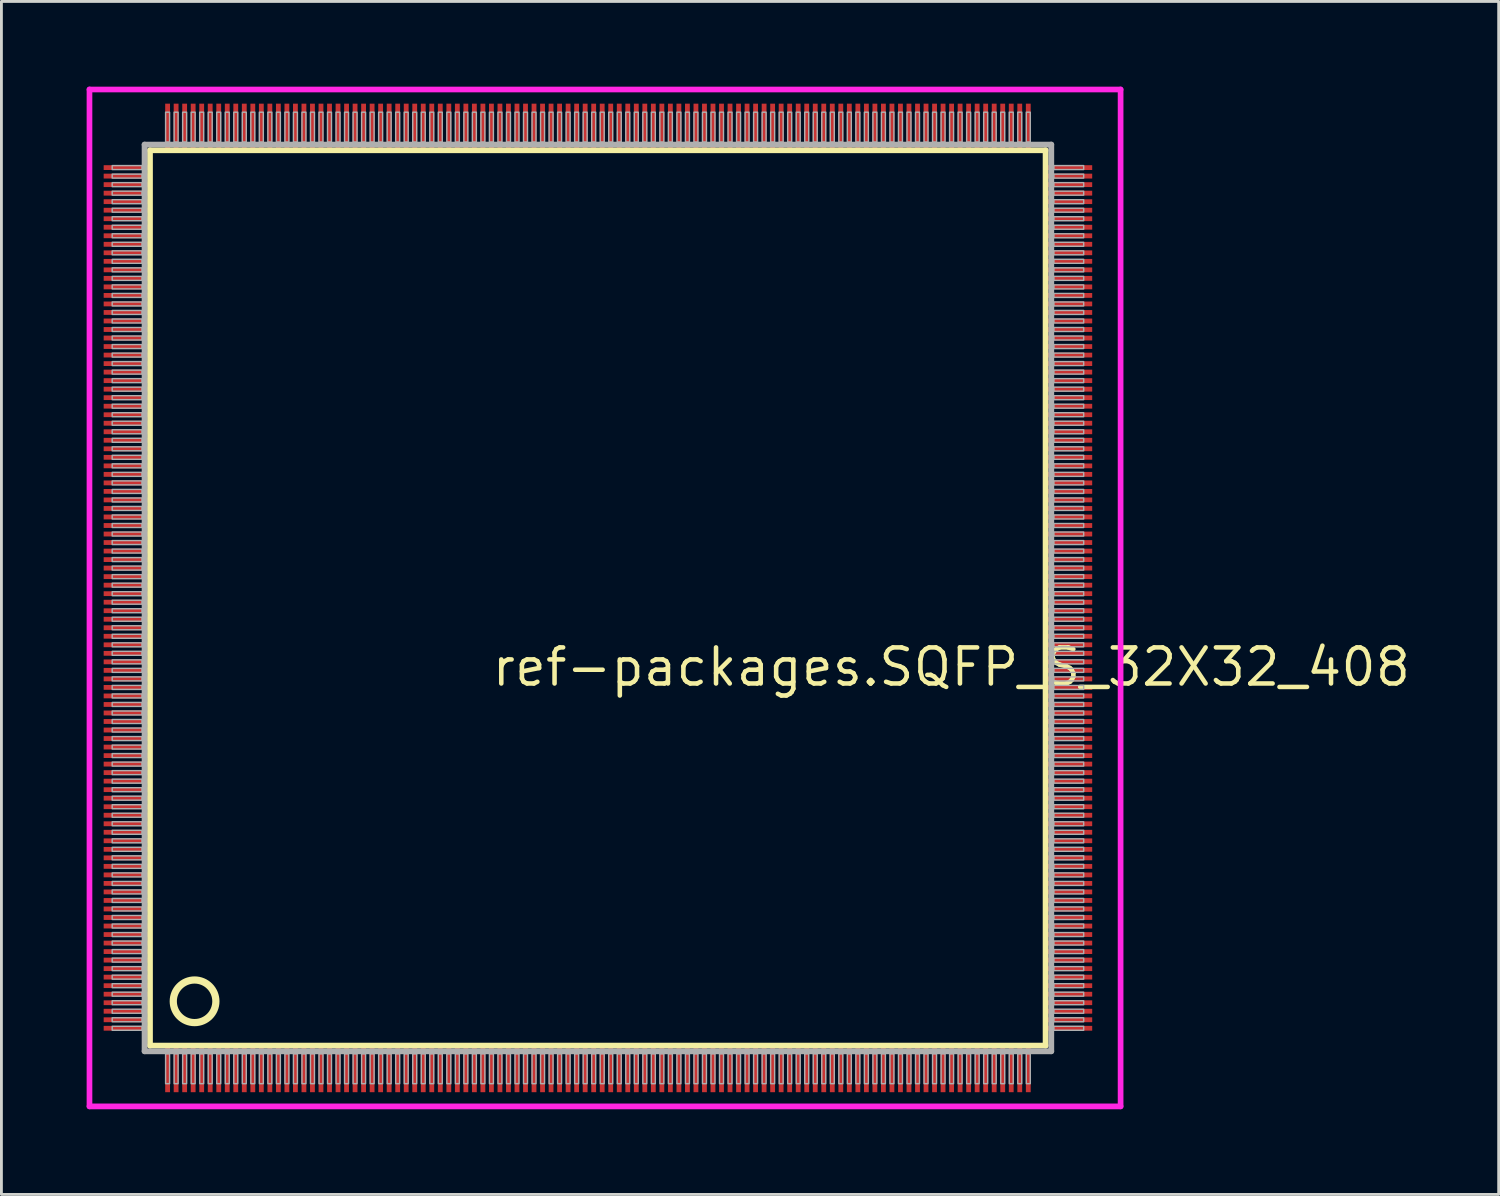
<source format=kicad_pcb>
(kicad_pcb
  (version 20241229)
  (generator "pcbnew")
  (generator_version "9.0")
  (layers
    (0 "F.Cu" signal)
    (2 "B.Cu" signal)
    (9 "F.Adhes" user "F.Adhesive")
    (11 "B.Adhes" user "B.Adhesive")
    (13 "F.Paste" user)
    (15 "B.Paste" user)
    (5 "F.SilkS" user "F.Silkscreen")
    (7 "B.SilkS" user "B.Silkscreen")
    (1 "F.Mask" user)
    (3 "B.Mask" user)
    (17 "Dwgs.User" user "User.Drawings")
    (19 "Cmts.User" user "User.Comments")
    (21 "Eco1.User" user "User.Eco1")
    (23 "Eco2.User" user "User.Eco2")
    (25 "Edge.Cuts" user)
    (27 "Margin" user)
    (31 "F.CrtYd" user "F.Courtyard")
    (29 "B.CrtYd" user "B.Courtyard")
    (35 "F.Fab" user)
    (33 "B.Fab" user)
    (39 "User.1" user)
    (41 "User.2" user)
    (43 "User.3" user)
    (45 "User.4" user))
  (footprint "ref-packages.SQFP_S_32X32_408"
    (layer "F.Cu")
    (at 18 18)
    (property "Reference" "ref-packages.SQFP_S_32X32_408" (at -3.81 3.175 0) (layer "F.SilkS") (effects (font (size 1.27 1.27) (thickness 0.16)) (justify left bottom)))
    (attr smd)
    (fp_line (start -15.77 -15.76) (end 15.76 -15.76) (stroke (width 0.203) (type default)) (layer "F.SilkS"))
    (fp_line (start -15.77 15.76) (end -15.77 -15.76) (stroke (width 0.203) (type default)) (layer "F.SilkS"))
    (fp_line (start 15.76 15.76) (end -15.77 15.76) (stroke (width 0.203) (type default)) (layer "F.SilkS"))
    (fp_line (start 15.76 -15.76) (end 15.76 15.76) (stroke (width 0.203) (type default)) (layer "F.SilkS"))
    (fp_circle (center -14.2 14.2) (end -13.45 14.2) (stroke (width 0.254) (type default)) (fill no) (layer "F.SilkS"))
    (fp_line (start -17.9 -17.9) (end 18.4 -17.9) (stroke (width 0.2) (type default)) (layer "F.CrtYd"))
    (fp_line (start -17.9 17.9) (end -17.9 -17.9) (stroke (width 0.2) (type default)) (layer "F.CrtYd"))
    (fp_line (start 18.4 -17.9) (end 18.4 17.9) (stroke (width 0.2) (type default)) (layer "F.CrtYd"))
    (fp_line (start 18.4 17.9) (end -17.9 17.9) (stroke (width 0.2) (type default)) (layer "F.CrtYd"))
    (fp_line (start -15.96 -15.96) (end -15.96 15.96) (stroke (width 0.203) (type default)) (layer "F.Fab"))
    (fp_line (start -15.96 15.96) (end 15.96 15.96) (stroke (width 0.203) (type default)) (layer "F.Fab"))
    (fp_line (start 15.96 -15.96) (end -15.96 -15.96) (stroke (width 0.203) (type default)) (layer "F.Fab"))
    (fp_line (start 15.96 15.96) (end 15.96 -15.96) (stroke (width 0.203) (type default)) (layer "F.Fab"))
    (fp_rect (start -17.1 -15.08) (end -16.05 -15.22) (stroke (width 0.05) (type default)) (fill no) (layer "F.Fab"))
    (fp_rect (start -17.1 -14.78) (end -16.05 -14.92) (stroke (width 0.05) (type default)) (fill no) (layer "F.Fab"))
    (fp_rect (start -17.1 -14.48) (end -16.05 -14.62) (stroke (width 0.05) (type default)) (fill no) (layer "F.Fab"))
    (fp_rect (start -17.1 -14.18) (end -16.05 -14.32) (stroke (width 0.05) (type default)) (fill no) (layer "F.Fab"))
    (fp_rect (start -17.1 -13.88) (end -16.05 -14.02) (stroke (width 0.05) (type default)) (fill no) (layer "F.Fab"))
    (fp_rect (start -17.1 -13.58) (end -16.05 -13.72) (stroke (width 0.05) (type default)) (fill no) (layer "F.Fab"))
    (fp_rect (start -17.1 -13.28) (end -16.05 -13.42) (stroke (width 0.05) (type default)) (fill no) (layer "F.Fab"))
    (fp_rect (start -17.1 -12.98) (end -16.05 -13.12) (stroke (width 0.05) (type default)) (fill no) (layer "F.Fab"))
    (fp_rect (start -17.1 -12.68) (end -16.05 -12.82) (stroke (width 0.05) (type default)) (fill no) (layer "F.Fab"))
    (fp_rect (start -17.1 -12.38) (end -16.05 -12.52) (stroke (width 0.05) (type default)) (fill no) (layer "F.Fab"))
    (fp_rect (start -17.1 -12.08) (end -16.05 -12.22) (stroke (width 0.05) (type default)) (fill no) (layer "F.Fab"))
    (fp_rect (start -17.1 -11.78) (end -16.05 -11.92) (stroke (width 0.05) (type default)) (fill no) (layer "F.Fab"))
    (fp_rect (start -17.1 -11.48) (end -16.05 -11.62) (stroke (width 0.05) (type default)) (fill no) (layer "F.Fab"))
    (fp_rect (start -17.1 -11.18) (end -16.05 -11.32) (stroke (width 0.05) (type default)) (fill no) (layer "F.Fab"))
    (fp_rect (start -17.1 -10.88) (end -16.05 -11.02) (stroke (width 0.05) (type default)) (fill no) (layer "F.Fab"))
    (fp_rect (start -17.1 -10.58) (end -16.05 -10.72) (stroke (width 0.05) (type default)) (fill no) (layer "F.Fab"))
    (fp_rect (start -17.1 -10.28) (end -16.05 -10.42) (stroke (width 0.05) (type default)) (fill no) (layer "F.Fab"))
    (fp_rect (start -17.1 -9.98) (end -16.05 -10.12) (stroke (width 0.05) (type default)) (fill no) (layer "F.Fab"))
    (fp_rect (start -17.1 -9.68) (end -16.05 -9.82) (stroke (width 0.05) (type default)) (fill no) (layer "F.Fab"))
    (fp_rect (start -17.1 -9.38) (end -16.05 -9.52) (stroke (width 0.05) (type default)) (fill no) (layer "F.Fab"))
    (fp_rect (start -17.1 -9.08) (end -16.05 -9.22) (stroke (width 0.05) (type default)) (fill no) (layer "F.Fab"))
    (fp_rect (start -17.1 -8.78) (end -16.05 -8.92) (stroke (width 0.05) (type default)) (fill no) (layer "F.Fab"))
    (fp_rect (start -17.1 -8.48) (end -16.05 -8.62) (stroke (width 0.05) (type default)) (fill no) (layer "F.Fab"))
    (fp_rect (start -17.1 -8.18) (end -16.05 -8.32) (stroke (width 0.05) (type default)) (fill no) (layer "F.Fab"))
    (fp_rect (start -17.1 -7.88) (end -16.05 -8.02) (stroke (width 0.05) (type default)) (fill no) (layer "F.Fab"))
    (fp_rect (start -17.1 -7.58) (end -16.05 -7.72) (stroke (width 0.05) (type default)) (fill no) (layer "F.Fab"))
    (fp_rect (start -17.1 -7.28) (end -16.05 -7.42) (stroke (width 0.05) (type default)) (fill no) (layer "F.Fab"))
    (fp_rect (start -17.1 -6.98) (end -16.05 -7.12) (stroke (width 0.05) (type default)) (fill no) (layer "F.Fab"))
    (fp_rect (start -17.1 -6.68) (end -16.05 -6.82) (stroke (width 0.05) (type default)) (fill no) (layer "F.Fab"))
    (fp_rect (start -17.1 -6.38) (end -16.05 -6.52) (stroke (width 0.05) (type default)) (fill no) (layer "F.Fab"))
    (fp_rect (start -17.1 -6.08) (end -16.05 -6.22) (stroke (width 0.05) (type default)) (fill no) (layer "F.Fab"))
    (fp_rect (start -17.1 -5.78) (end -16.05 -5.92) (stroke (width 0.05) (type default)) (fill no) (layer "F.Fab"))
    (fp_rect (start -17.1 -5.48) (end -16.05 -5.62) (stroke (width 0.05) (type default)) (fill no) (layer "F.Fab"))
    (fp_rect (start -17.1 -5.18) (end -16.05 -5.32) (stroke (width 0.05) (type default)) (fill no) (layer "F.Fab"))
    (fp_rect (start -17.1 -4.88) (end -16.05 -5.02) (stroke (width 0.05) (type default)) (fill no) (layer "F.Fab"))
    (fp_rect (start -17.1 -4.58) (end -16.05 -4.72) (stroke (width 0.05) (type default)) (fill no) (layer "F.Fab"))
    (fp_rect (start -17.1 -4.28) (end -16.05 -4.42) (stroke (width 0.05) (type default)) (fill no) (layer "F.Fab"))
    (fp_rect (start -17.1 -3.98) (end -16.05 -4.12) (stroke (width 0.05) (type default)) (fill no) (layer "F.Fab"))
    (fp_rect (start -17.1 -3.68) (end -16.05 -3.82) (stroke (width 0.05) (type default)) (fill no) (layer "F.Fab"))
    (fp_rect (start -17.1 -3.38) (end -16.05 -3.52) (stroke (width 0.05) (type default)) (fill no) (layer "F.Fab"))
    (fp_rect (start -17.1 -3.08) (end -16.05 -3.22) (stroke (width 0.05) (type default)) (fill no) (layer "F.Fab"))
    (fp_rect (start -17.1 -2.78) (end -16.05 -2.92) (stroke (width 0.05) (type default)) (fill no) (layer "F.Fab"))
    (fp_rect (start -17.1 -2.48) (end -16.05 -2.62) (stroke (width 0.05) (type default)) (fill no) (layer "F.Fab"))
    (fp_rect (start -17.1 -2.18) (end -16.05 -2.32) (stroke (width 0.05) (type default)) (fill no) (layer "F.Fab"))
    (fp_rect (start -17.1 -1.88) (end -16.05 -2.02) (stroke (width 0.05) (type default)) (fill no) (layer "F.Fab"))
    (fp_rect (start -17.1 -1.58) (end -16.05 -1.72) (stroke (width 0.05) (type default)) (fill no) (layer "F.Fab"))
    (fp_rect (start -17.1 -1.28) (end -16.05 -1.42) (stroke (width 0.05) (type default)) (fill no) (layer "F.Fab"))
    (fp_rect (start -17.1 -0.98) (end -16.05 -1.12) (stroke (width 0.05) (type default)) (fill no) (layer "F.Fab"))
    (fp_rect (start -17.1 -0.68) (end -16.05 -0.82) (stroke (width 0.05) (type default)) (fill no) (layer "F.Fab"))
    (fp_rect (start -17.1 -0.38) (end -16.05 -0.52) (stroke (width 0.05) (type default)) (fill no) (layer "F.Fab"))
    (fp_rect (start -17.1 -0.08) (end -16.05 -0.22) (stroke (width 0.05) (type default)) (fill no) (layer "F.Fab"))
    (fp_rect (start -17.1 0.22) (end -16.05 0.08) (stroke (width 0.05) (type default)) (fill no) (layer "F.Fab"))
    (fp_rect (start -17.1 0.52) (end -16.05 0.38) (stroke (width 0.05) (type default)) (fill no) (layer "F.Fab"))
    (fp_rect (start -17.1 0.82) (end -16.05 0.68) (stroke (width 0.05) (type default)) (fill no) (layer "F.Fab"))
    (fp_rect (start -17.1 1.12) (end -16.05 0.98) (stroke (width 0.05) (type default)) (fill no) (layer "F.Fab"))
    (fp_rect (start -17.1 1.42) (end -16.05 1.28) (stroke (width 0.05) (type default)) (fill no) (layer "F.Fab"))
    (fp_rect (start -17.1 1.72) (end -16.05 1.58) (stroke (width 0.05) (type default)) (fill no) (layer "F.Fab"))
    (fp_rect (start -17.1 2.02) (end -16.05 1.88) (stroke (width 0.05) (type default)) (fill no) (layer "F.Fab"))
    (fp_rect (start -17.1 2.32) (end -16.05 2.18) (stroke (width 0.05) (type default)) (fill no) (layer "F.Fab"))
    (fp_rect (start -17.1 2.62) (end -16.05 2.48) (stroke (width 0.05) (type default)) (fill no) (layer "F.Fab"))
    (fp_rect (start -17.1 2.92) (end -16.05 2.78) (stroke (width 0.05) (type default)) (fill no) (layer "F.Fab"))
    (fp_rect (start -17.1 3.22) (end -16.05 3.08) (stroke (width 0.05) (type default)) (fill no) (layer "F.Fab"))
    (fp_rect (start -17.1 3.52) (end -16.05 3.38) (stroke (width 0.05) (type default)) (fill no) (layer "F.Fab"))
    (fp_rect (start -17.1 3.82) (end -16.05 3.68) (stroke (width 0.05) (type default)) (fill no) (layer "F.Fab"))
    (fp_rect (start -17.1 4.12) (end -16.05 3.98) (stroke (width 0.05) (type default)) (fill no) (layer "F.Fab"))
    (fp_rect (start -17.1 4.42) (end -16.05 4.28) (stroke (width 0.05) (type default)) (fill no) (layer "F.Fab"))
    (fp_rect (start -17.1 4.72) (end -16.05 4.58) (stroke (width 0.05) (type default)) (fill no) (layer "F.Fab"))
    (fp_rect (start -17.1 5.02) (end -16.05 4.88) (stroke (width 0.05) (type default)) (fill no) (layer "F.Fab"))
    (fp_rect (start -17.1 5.32) (end -16.05 5.18) (stroke (width 0.05) (type default)) (fill no) (layer "F.Fab"))
    (fp_rect (start -17.1 5.62) (end -16.05 5.48) (stroke (width 0.05) (type default)) (fill no) (layer "F.Fab"))
    (fp_rect (start -17.1 5.92) (end -16.05 5.78) (stroke (width 0.05) (type default)) (fill no) (layer "F.Fab"))
    (fp_rect (start -17.1 6.22) (end -16.05 6.08) (stroke (width 0.05) (type default)) (fill no) (layer "F.Fab"))
    (fp_rect (start -17.1 6.52) (end -16.05 6.38) (stroke (width 0.05) (type default)) (fill no) (layer "F.Fab"))
    (fp_rect (start -17.1 6.82) (end -16.05 6.68) (stroke (width 0.05) (type default)) (fill no) (layer "F.Fab"))
    (fp_rect (start -17.1 7.12) (end -16.05 6.98) (stroke (width 0.05) (type default)) (fill no) (layer "F.Fab"))
    (fp_rect (start -17.1 7.42) (end -16.05 7.28) (stroke (width 0.05) (type default)) (fill no) (layer "F.Fab"))
    (fp_rect (start -17.1 7.72) (end -16.05 7.58) (stroke (width 0.05) (type default)) (fill no) (layer "F.Fab"))
    (fp_rect (start -17.1 8.02) (end -16.05 7.88) (stroke (width 0.05) (type default)) (fill no) (layer "F.Fab"))
    (fp_rect (start -17.1 8.32) (end -16.05 8.18) (stroke (width 0.05) (type default)) (fill no) (layer "F.Fab"))
    (fp_rect (start -17.1 8.62) (end -16.05 8.48) (stroke (width 0.05) (type default)) (fill no) (layer "F.Fab"))
    (fp_rect (start -17.1 8.92) (end -16.05 8.78) (stroke (width 0.05) (type default)) (fill no) (layer "F.Fab"))
    (fp_rect (start -17.1 9.22) (end -16.05 9.08) (stroke (width 0.05) (type default)) (fill no) (layer "F.Fab"))
    (fp_rect (start -17.1 9.52) (end -16.05 9.38) (stroke (width 0.05) (type default)) (fill no) (layer "F.Fab"))
    (fp_rect (start -17.1 9.82) (end -16.05 9.68) (stroke (width 0.05) (type default)) (fill no) (layer "F.Fab"))
    (fp_rect (start -17.1 10.12) (end -16.05 9.98) (stroke (width 0.05) (type default)) (fill no) (layer "F.Fab"))
    (fp_rect (start -17.1 10.42) (end -16.05 10.28) (stroke (width 0.05) (type default)) (fill no) (layer "F.Fab"))
    (fp_rect (start -17.1 10.72) (end -16.05 10.58) (stroke (width 0.05) (type default)) (fill no) (layer "F.Fab"))
    (fp_rect (start -17.1 11.02) (end -16.05 10.88) (stroke (width 0.05) (type default)) (fill no) (layer "F.Fab"))
    (fp_rect (start -17.1 11.32) (end -16.05 11.18) (stroke (width 0.05) (type default)) (fill no) (layer "F.Fab"))
    (fp_rect (start -17.1 11.62) (end -16.05 11.48) (stroke (width 0.05) (type default)) (fill no) (layer "F.Fab"))
    (fp_rect (start -17.1 11.92) (end -16.05 11.78) (stroke (width 0.05) (type default)) (fill no) (layer "F.Fab"))
    (fp_rect (start -17.1 12.22) (end -16.05 12.08) (stroke (width 0.05) (type default)) (fill no) (layer "F.Fab"))
    (fp_rect (start -17.1 12.52) (end -16.05 12.38) (stroke (width 0.05) (type default)) (fill no) (layer "F.Fab"))
    (fp_rect (start -17.1 12.82) (end -16.05 12.68) (stroke (width 0.05) (type default)) (fill no) (layer "F.Fab"))
    (fp_rect (start -17.1 13.12) (end -16.05 12.98) (stroke (width 0.05) (type default)) (fill no) (layer "F.Fab"))
    (fp_rect (start -17.1 13.42) (end -16.05 13.28) (stroke (width 0.05) (type default)) (fill no) (layer "F.Fab"))
    (fp_rect (start -17.1 13.72) (end -16.05 13.58) (stroke (width 0.05) (type default)) (fill no) (layer "F.Fab"))
    (fp_rect (start -17.1 14.02) (end -16.05 13.88) (stroke (width 0.05) (type default)) (fill no) (layer "F.Fab"))
    (fp_rect (start -17.1 14.32) (end -16.05 14.18) (stroke (width 0.05) (type default)) (fill no) (layer "F.Fab"))
    (fp_rect (start -17.1 14.62) (end -16.05 14.48) (stroke (width 0.05) (type default)) (fill no) (layer "F.Fab"))
    (fp_rect (start -17.1 14.92) (end -16.05 14.78) (stroke (width 0.05) (type default)) (fill no) (layer "F.Fab"))
    (fp_rect (start -17.1 15.22) (end -16.05 15.08) (stroke (width 0.05) (type default)) (fill no) (layer "F.Fab"))
    (fp_rect (start -15.22 -16.05) (end -15.08 -17.1) (stroke (width 0.05) (type default)) (fill no) (layer "F.Fab"))
    (fp_rect (start -15.22 17.1) (end -15.08 16.05) (stroke (width 0.05) (type default)) (fill no) (layer "F.Fab"))
    (fp_rect (start -14.92 -16.05) (end -14.78 -17.1) (stroke (width 0.05) (type default)) (fill no) (layer "F.Fab"))
    (fp_rect (start -14.92 17.1) (end -14.78 16.05) (stroke (width 0.05) (type default)) (fill no) (layer "F.Fab"))
    (fp_rect (start -14.62 -16.05) (end -14.48 -17.1) (stroke (width 0.05) (type default)) (fill no) (layer "F.Fab"))
    (fp_rect (start -14.62 17.1) (end -14.48 16.05) (stroke (width 0.05) (type default)) (fill no) (layer "F.Fab"))
    (fp_rect (start -14.32 -16.05) (end -14.18 -17.1) (stroke (width 0.05) (type default)) (fill no) (layer "F.Fab"))
    (fp_rect (start -14.32 17.1) (end -14.18 16.05) (stroke (width 0.05) (type default)) (fill no) (layer "F.Fab"))
    (fp_rect (start -14.02 -16.05) (end -13.88 -17.1) (stroke (width 0.05) (type default)) (fill no) (layer "F.Fab"))
    (fp_rect (start -14.02 17.1) (end -13.88 16.05) (stroke (width 0.05) (type default)) (fill no) (layer "F.Fab"))
    (fp_rect (start -13.72 -16.05) (end -13.58 -17.1) (stroke (width 0.05) (type default)) (fill no) (layer "F.Fab"))
    (fp_rect (start -13.72 17.1) (end -13.58 16.05) (stroke (width 0.05) (type default)) (fill no) (layer "F.Fab"))
    (fp_rect (start -13.42 -16.05) (end -13.28 -17.1) (stroke (width 0.05) (type default)) (fill no) (layer "F.Fab"))
    (fp_rect (start -13.42 17.1) (end -13.28 16.05) (stroke (width 0.05) (type default)) (fill no) (layer "F.Fab"))
    (fp_rect (start -13.12 -16.05) (end -12.98 -17.1) (stroke (width 0.05) (type default)) (fill no) (layer "F.Fab"))
    (fp_rect (start -13.12 17.1) (end -12.98 16.05) (stroke (width 0.05) (type default)) (fill no) (layer "F.Fab"))
    (fp_rect (start -12.82 -16.05) (end -12.68 -17.1) (stroke (width 0.05) (type default)) (fill no) (layer "F.Fab"))
    (fp_rect (start -12.82 17.1) (end -12.68 16.05) (stroke (width 0.05) (type default)) (fill no) (layer "F.Fab"))
    (fp_rect (start -12.52 -16.05) (end -12.38 -17.1) (stroke (width 0.05) (type default)) (fill no) (layer "F.Fab"))
    (fp_rect (start -12.52 17.1) (end -12.38 16.05) (stroke (width 0.05) (type default)) (fill no) (layer "F.Fab"))
    (fp_rect (start -12.22 -16.05) (end -12.08 -17.1) (stroke (width 0.05) (type default)) (fill no) (layer "F.Fab"))
    (fp_rect (start -12.22 17.1) (end -12.08 16.05) (stroke (width 0.05) (type default)) (fill no) (layer "F.Fab"))
    (fp_rect (start -11.92 -16.05) (end -11.78 -17.1) (stroke (width 0.05) (type default)) (fill no) (layer "F.Fab"))
    (fp_rect (start -11.92 17.1) (end -11.78 16.05) (stroke (width 0.05) (type default)) (fill no) (layer "F.Fab"))
    (fp_rect (start -11.62 -16.05) (end -11.48 -17.1) (stroke (width 0.05) (type default)) (fill no) (layer "F.Fab"))
    (fp_rect (start -11.62 17.1) (end -11.48 16.05) (stroke (width 0.05) (type default)) (fill no) (layer "F.Fab"))
    (fp_rect (start -11.32 -16.05) (end -11.18 -17.1) (stroke (width 0.05) (type default)) (fill no) (layer "F.Fab"))
    (fp_rect (start -11.32 17.1) (end -11.18 16.05) (stroke (width 0.05) (type default)) (fill no) (layer "F.Fab"))
    (fp_rect (start -11.02 -16.05) (end -10.88 -17.1) (stroke (width 0.05) (type default)) (fill no) (layer "F.Fab"))
    (fp_rect (start -11.02 17.1) (end -10.88 16.05) (stroke (width 0.05) (type default)) (fill no) (layer "F.Fab"))
    (fp_rect (start -10.72 -16.05) (end -10.58 -17.1) (stroke (width 0.05) (type default)) (fill no) (layer "F.Fab"))
    (fp_rect (start -10.72 17.1) (end -10.58 16.05) (stroke (width 0.05) (type default)) (fill no) (layer "F.Fab"))
    (fp_rect (start -10.42 -16.05) (end -10.28 -17.1) (stroke (width 0.05) (type default)) (fill no) (layer "F.Fab"))
    (fp_rect (start -10.42 17.1) (end -10.28 16.05) (stroke (width 0.05) (type default)) (fill no) (layer "F.Fab"))
    (fp_rect (start -10.12 -16.05) (end -9.98 -17.1) (stroke (width 0.05) (type default)) (fill no) (layer "F.Fab"))
    (fp_rect (start -10.12 17.1) (end -9.98 16.05) (stroke (width 0.05) (type default)) (fill no) (layer "F.Fab"))
    (fp_rect (start -9.82 -16.05) (end -9.68 -17.1) (stroke (width 0.05) (type default)) (fill no) (layer "F.Fab"))
    (fp_rect (start -9.82 17.1) (end -9.68 16.05) (stroke (width 0.05) (type default)) (fill no) (layer "F.Fab"))
    (fp_rect (start -9.52 -16.05) (end -9.38 -17.1) (stroke (width 0.05) (type default)) (fill no) (layer "F.Fab"))
    (fp_rect (start -9.52 17.1) (end -9.38 16.05) (stroke (width 0.05) (type default)) (fill no) (layer "F.Fab"))
    (fp_rect (start -9.22 -16.05) (end -9.08 -17.1) (stroke (width 0.05) (type default)) (fill no) (layer "F.Fab"))
    (fp_rect (start -9.22 17.1) (end -9.08 16.05) (stroke (width 0.05) (type default)) (fill no) (layer "F.Fab"))
    (fp_rect (start -8.92 -16.05) (end -8.78 -17.1) (stroke (width 0.05) (type default)) (fill no) (layer "F.Fab"))
    (fp_rect (start -8.92 17.1) (end -8.78 16.05) (stroke (width 0.05) (type default)) (fill no) (layer "F.Fab"))
    (fp_rect (start -8.62 -16.05) (end -8.48 -17.1) (stroke (width 0.05) (type default)) (fill no) (layer "F.Fab"))
    (fp_rect (start -8.62 17.1) (end -8.48 16.05) (stroke (width 0.05) (type default)) (fill no) (layer "F.Fab"))
    (fp_rect (start -8.32 -16.05) (end -8.18 -17.1) (stroke (width 0.05) (type default)) (fill no) (layer "F.Fab"))
    (fp_rect (start -8.32 17.1) (end -8.18 16.05) (stroke (width 0.05) (type default)) (fill no) (layer "F.Fab"))
    (fp_rect (start -8.02 -16.05) (end -7.88 -17.1) (stroke (width 0.05) (type default)) (fill no) (layer "F.Fab"))
    (fp_rect (start -8.02 17.1) (end -7.88 16.05) (stroke (width 0.05) (type default)) (fill no) (layer "F.Fab"))
    (fp_rect (start -7.72 -16.05) (end -7.58 -17.1) (stroke (width 0.05) (type default)) (fill no) (layer "F.Fab"))
    (fp_rect (start -7.72 17.1) (end -7.58 16.05) (stroke (width 0.05) (type default)) (fill no) (layer "F.Fab"))
    (fp_rect (start -7.42 -16.05) (end -7.28 -17.1) (stroke (width 0.05) (type default)) (fill no) (layer "F.Fab"))
    (fp_rect (start -7.42 17.1) (end -7.28 16.05) (stroke (width 0.05) (type default)) (fill no) (layer "F.Fab"))
    (fp_rect (start -7.12 -16.05) (end -6.98 -17.1) (stroke (width 0.05) (type default)) (fill no) (layer "F.Fab"))
    (fp_rect (start -7.12 17.1) (end -6.98 16.05) (stroke (width 0.05) (type default)) (fill no) (layer "F.Fab"))
    (fp_rect (start -6.82 -16.05) (end -6.68 -17.1) (stroke (width 0.05) (type default)) (fill no) (layer "F.Fab"))
    (fp_rect (start -6.82 17.1) (end -6.68 16.05) (stroke (width 0.05) (type default)) (fill no) (layer "F.Fab"))
    (fp_rect (start -6.52 -16.05) (end -6.38 -17.1) (stroke (width 0.05) (type default)) (fill no) (layer "F.Fab"))
    (fp_rect (start -6.52 17.1) (end -6.38 16.05) (stroke (width 0.05) (type default)) (fill no) (layer "F.Fab"))
    (fp_rect (start -6.22 -16.05) (end -6.08 -17.1) (stroke (width 0.05) (type default)) (fill no) (layer "F.Fab"))
    (fp_rect (start -6.22 17.1) (end -6.08 16.05) (stroke (width 0.05) (type default)) (fill no) (layer "F.Fab"))
    (fp_rect (start -5.92 -16.05) (end -5.78 -17.1) (stroke (width 0.05) (type default)) (fill no) (layer "F.Fab"))
    (fp_rect (start -5.92 17.1) (end -5.78 16.05) (stroke (width 0.05) (type default)) (fill no) (layer "F.Fab"))
    (fp_rect (start -5.62 -16.05) (end -5.48 -17.1) (stroke (width 0.05) (type default)) (fill no) (layer "F.Fab"))
    (fp_rect (start -5.62 17.1) (end -5.48 16.05) (stroke (width 0.05) (type default)) (fill no) (layer "F.Fab"))
    (fp_rect (start -5.32 -16.05) (end -5.18 -17.1) (stroke (width 0.05) (type default)) (fill no) (layer "F.Fab"))
    (fp_rect (start -5.32 17.1) (end -5.18 16.05) (stroke (width 0.05) (type default)) (fill no) (layer "F.Fab"))
    (fp_rect (start -5.02 -16.05) (end -4.88 -17.1) (stroke (width 0.05) (type default)) (fill no) (layer "F.Fab"))
    (fp_rect (start -5.02 17.1) (end -4.88 16.05) (stroke (width 0.05) (type default)) (fill no) (layer "F.Fab"))
    (fp_rect (start -4.72 -16.05) (end -4.58 -17.1) (stroke (width 0.05) (type default)) (fill no) (layer "F.Fab"))
    (fp_rect (start -4.72 17.1) (end -4.58 16.05) (stroke (width 0.05) (type default)) (fill no) (layer "F.Fab"))
    (fp_rect (start -4.42 -16.05) (end -4.28 -17.1) (stroke (width 0.05) (type default)) (fill no) (layer "F.Fab"))
    (fp_rect (start -4.42 17.1) (end -4.28 16.05) (stroke (width 0.05) (type default)) (fill no) (layer "F.Fab"))
    (fp_rect (start -4.12 -16.05) (end -3.98 -17.1) (stroke (width 0.05) (type default)) (fill no) (layer "F.Fab"))
    (fp_rect (start -4.12 17.1) (end -3.98 16.05) (stroke (width 0.05) (type default)) (fill no) (layer "F.Fab"))
    (fp_rect (start -3.82 -16.05) (end -3.68 -17.1) (stroke (width 0.05) (type default)) (fill no) (layer "F.Fab"))
    (fp_rect (start -3.82 17.1) (end -3.68 16.05) (stroke (width 0.05) (type default)) (fill no) (layer "F.Fab"))
    (fp_rect (start -3.52 -16.05) (end -3.38 -17.1) (stroke (width 0.05) (type default)) (fill no) (layer "F.Fab"))
    (fp_rect (start -3.52 17.1) (end -3.38 16.05) (stroke (width 0.05) (type default)) (fill no) (layer "F.Fab"))
    (fp_rect (start -3.22 -16.05) (end -3.08 -17.1) (stroke (width 0.05) (type default)) (fill no) (layer "F.Fab"))
    (fp_rect (start -3.22 17.1) (end -3.08 16.05) (stroke (width 0.05) (type default)) (fill no) (layer "F.Fab"))
    (fp_rect (start -2.92 -16.05) (end -2.78 -17.1) (stroke (width 0.05) (type default)) (fill no) (layer "F.Fab"))
    (fp_rect (start -2.92 17.1) (end -2.78 16.05) (stroke (width 0.05) (type default)) (fill no) (layer "F.Fab"))
    (fp_rect (start -2.62 -16.05) (end -2.48 -17.1) (stroke (width 0.05) (type default)) (fill no) (layer "F.Fab"))
    (fp_rect (start -2.62 17.1) (end -2.48 16.05) (stroke (width 0.05) (type default)) (fill no) (layer "F.Fab"))
    (fp_rect (start -2.32 -16.05) (end -2.18 -17.1) (stroke (width 0.05) (type default)) (fill no) (layer "F.Fab"))
    (fp_rect (start -2.32 17.1) (end -2.18 16.05) (stroke (width 0.05) (type default)) (fill no) (layer "F.Fab"))
    (fp_rect (start -2.02 -16.05) (end -1.88 -17.1) (stroke (width 0.05) (type default)) (fill no) (layer "F.Fab"))
    (fp_rect (start -2.02 17.1) (end -1.88 16.05) (stroke (width 0.05) (type default)) (fill no) (layer "F.Fab"))
    (fp_rect (start -1.72 -16.05) (end -1.58 -17.1) (stroke (width 0.05) (type default)) (fill no) (layer "F.Fab"))
    (fp_rect (start -1.72 17.1) (end -1.58 16.05) (stroke (width 0.05) (type default)) (fill no) (layer "F.Fab"))
    (fp_rect (start -1.42 -16.05) (end -1.28 -17.1) (stroke (width 0.05) (type default)) (fill no) (layer "F.Fab"))
    (fp_rect (start -1.42 17.1) (end -1.28 16.05) (stroke (width 0.05) (type default)) (fill no) (layer "F.Fab"))
    (fp_rect (start -1.12 -16.05) (end -0.98 -17.1) (stroke (width 0.05) (type default)) (fill no) (layer "F.Fab"))
    (fp_rect (start -1.12 17.1) (end -0.98 16.05) (stroke (width 0.05) (type default)) (fill no) (layer "F.Fab"))
    (fp_rect (start -0.82 -16.05) (end -0.68 -17.1) (stroke (width 0.05) (type default)) (fill no) (layer "F.Fab"))
    (fp_rect (start -0.82 17.1) (end -0.68 16.05) (stroke (width 0.05) (type default)) (fill no) (layer "F.Fab"))
    (fp_rect (start -0.52 -16.05) (end -0.38 -17.1) (stroke (width 0.05) (type default)) (fill no) (layer "F.Fab"))
    (fp_rect (start -0.52 17.1) (end -0.38 16.05) (stroke (width 0.05) (type default)) (fill no) (layer "F.Fab"))
    (fp_rect (start -0.22 -16.05) (end -0.08 -17.1) (stroke (width 0.05) (type default)) (fill no) (layer "F.Fab"))
    (fp_rect (start -0.22 17.1) (end -0.08 16.05) (stroke (width 0.05) (type default)) (fill no) (layer "F.Fab"))
    (fp_rect (start 0.08 -16.05) (end 0.22 -17.1) (stroke (width 0.05) (type default)) (fill no) (layer "F.Fab"))
    (fp_rect (start 0.08 17.1) (end 0.22 16.05) (stroke (width 0.05) (type default)) (fill no) (layer "F.Fab"))
    (fp_rect (start 0.38 -16.05) (end 0.52 -17.1) (stroke (width 0.05) (type default)) (fill no) (layer "F.Fab"))
    (fp_rect (start 0.38 17.1) (end 0.52 16.05) (stroke (width 0.05) (type default)) (fill no) (layer "F.Fab"))
    (fp_rect (start 0.68 -16.05) (end 0.82 -17.1) (stroke (width 0.05) (type default)) (fill no) (layer "F.Fab"))
    (fp_rect (start 0.68 17.1) (end 0.82 16.05) (stroke (width 0.05) (type default)) (fill no) (layer "F.Fab"))
    (fp_rect (start 0.98 -16.05) (end 1.12 -17.1) (stroke (width 0.05) (type default)) (fill no) (layer "F.Fab"))
    (fp_rect (start 0.98 17.1) (end 1.12 16.05) (stroke (width 0.05) (type default)) (fill no) (layer "F.Fab"))
    (fp_rect (start 1.28 -16.05) (end 1.42 -17.1) (stroke (width 0.05) (type default)) (fill no) (layer "F.Fab"))
    (fp_rect (start 1.28 17.1) (end 1.42 16.05) (stroke (width 0.05) (type default)) (fill no) (layer "F.Fab"))
    (fp_rect (start 1.58 -16.05) (end 1.72 -17.1) (stroke (width 0.05) (type default)) (fill no) (layer "F.Fab"))
    (fp_rect (start 1.58 17.1) (end 1.72 16.05) (stroke (width 0.05) (type default)) (fill no) (layer "F.Fab"))
    (fp_rect (start 1.88 -16.05) (end 2.02 -17.1) (stroke (width 0.05) (type default)) (fill no) (layer "F.Fab"))
    (fp_rect (start 1.88 17.1) (end 2.02 16.05) (stroke (width 0.05) (type default)) (fill no) (layer "F.Fab"))
    (fp_rect (start 2.18 -16.05) (end 2.32 -17.1) (stroke (width 0.05) (type default)) (fill no) (layer "F.Fab"))
    (fp_rect (start 2.18 17.1) (end 2.32 16.05) (stroke (width 0.05) (type default)) (fill no) (layer "F.Fab"))
    (fp_rect (start 2.48 -16.05) (end 2.62 -17.1) (stroke (width 0.05) (type default)) (fill no) (layer "F.Fab"))
    (fp_rect (start 2.48 17.1) (end 2.62 16.05) (stroke (width 0.05) (type default)) (fill no) (layer "F.Fab"))
    (fp_rect (start 2.78 -16.05) (end 2.92 -17.1) (stroke (width 0.05) (type default)) (fill no) (layer "F.Fab"))
    (fp_rect (start 2.78 17.1) (end 2.92 16.05) (stroke (width 0.05) (type default)) (fill no) (layer "F.Fab"))
    (fp_rect (start 3.08 -16.05) (end 3.22 -17.1) (stroke (width 0.05) (type default)) (fill no) (layer "F.Fab"))
    (fp_rect (start 3.08 17.1) (end 3.22 16.05) (stroke (width 0.05) (type default)) (fill no) (layer "F.Fab"))
    (fp_rect (start 3.38 -16.05) (end 3.52 -17.1) (stroke (width 0.05) (type default)) (fill no) (layer "F.Fab"))
    (fp_rect (start 3.38 17.1) (end 3.52 16.05) (stroke (width 0.05) (type default)) (fill no) (layer "F.Fab"))
    (fp_rect (start 3.68 -16.05) (end 3.82 -17.1) (stroke (width 0.05) (type default)) (fill no) (layer "F.Fab"))
    (fp_rect (start 3.68 17.1) (end 3.82 16.05) (stroke (width 0.05) (type default)) (fill no) (layer "F.Fab"))
    (fp_rect (start 3.98 -16.05) (end 4.12 -17.1) (stroke (width 0.05) (type default)) (fill no) (layer "F.Fab"))
    (fp_rect (start 3.98 17.1) (end 4.12 16.05) (stroke (width 0.05) (type default)) (fill no) (layer "F.Fab"))
    (fp_rect (start 4.28 -16.05) (end 4.42 -17.1) (stroke (width 0.05) (type default)) (fill no) (layer "F.Fab"))
    (fp_rect (start 4.28 17.1) (end 4.42 16.05) (stroke (width 0.05) (type default)) (fill no) (layer "F.Fab"))
    (fp_rect (start 4.58 -16.05) (end 4.72 -17.1) (stroke (width 0.05) (type default)) (fill no) (layer "F.Fab"))
    (fp_rect (start 4.58 17.1) (end 4.72 16.05) (stroke (width 0.05) (type default)) (fill no) (layer "F.Fab"))
    (fp_rect (start 4.88 -16.05) (end 5.02 -17.1) (stroke (width 0.05) (type default)) (fill no) (layer "F.Fab"))
    (fp_rect (start 4.88 17.1) (end 5.02 16.05) (stroke (width 0.05) (type default)) (fill no) (layer "F.Fab"))
    (fp_rect (start 5.18 -16.05) (end 5.32 -17.1) (stroke (width 0.05) (type default)) (fill no) (layer "F.Fab"))
    (fp_rect (start 5.18 17.1) (end 5.32 16.05) (stroke (width 0.05) (type default)) (fill no) (layer "F.Fab"))
    (fp_rect (start 5.48 -16.05) (end 5.62 -17.1) (stroke (width 0.05) (type default)) (fill no) (layer "F.Fab"))
    (fp_rect (start 5.48 17.1) (end 5.62 16.05) (stroke (width 0.05) (type default)) (fill no) (layer "F.Fab"))
    (fp_rect (start 5.78 -16.05) (end 5.92 -17.1) (stroke (width 0.05) (type default)) (fill no) (layer "F.Fab"))
    (fp_rect (start 5.78 17.1) (end 5.92 16.05) (stroke (width 0.05) (type default)) (fill no) (layer "F.Fab"))
    (fp_rect (start 6.08 -16.05) (end 6.22 -17.1) (stroke (width 0.05) (type default)) (fill no) (layer "F.Fab"))
    (fp_rect (start 6.08 17.1) (end 6.22 16.05) (stroke (width 0.05) (type default)) (fill no) (layer "F.Fab"))
    (fp_rect (start 6.38 -16.05) (end 6.52 -17.1) (stroke (width 0.05) (type default)) (fill no) (layer "F.Fab"))
    (fp_rect (start 6.38 17.1) (end 6.52 16.05) (stroke (width 0.05) (type default)) (fill no) (layer "F.Fab"))
    (fp_rect (start 6.68 -16.05) (end 6.82 -17.1) (stroke (width 0.05) (type default)) (fill no) (layer "F.Fab"))
    (fp_rect (start 6.68 17.1) (end 6.82 16.05) (stroke (width 0.05) (type default)) (fill no) (layer "F.Fab"))
    (fp_rect (start 6.98 -16.05) (end 7.12 -17.1) (stroke (width 0.05) (type default)) (fill no) (layer "F.Fab"))
    (fp_rect (start 6.98 17.1) (end 7.12 16.05) (stroke (width 0.05) (type default)) (fill no) (layer "F.Fab"))
    (fp_rect (start 7.28 -16.05) (end 7.42 -17.1) (stroke (width 0.05) (type default)) (fill no) (layer "F.Fab"))
    (fp_rect (start 7.28 17.1) (end 7.42 16.05) (stroke (width 0.05) (type default)) (fill no) (layer "F.Fab"))
    (fp_rect (start 7.58 -16.05) (end 7.72 -17.1) (stroke (width 0.05) (type default)) (fill no) (layer "F.Fab"))
    (fp_rect (start 7.58 17.1) (end 7.72 16.05) (stroke (width 0.05) (type default)) (fill no) (layer "F.Fab"))
    (fp_rect (start 7.88 -16.05) (end 8.02 -17.1) (stroke (width 0.05) (type default)) (fill no) (layer "F.Fab"))
    (fp_rect (start 7.88 17.1) (end 8.02 16.05) (stroke (width 0.05) (type default)) (fill no) (layer "F.Fab"))
    (fp_rect (start 8.18 -16.05) (end 8.32 -17.1) (stroke (width 0.05) (type default)) (fill no) (layer "F.Fab"))
    (fp_rect (start 8.18 17.1) (end 8.32 16.05) (stroke (width 0.05) (type default)) (fill no) (layer "F.Fab"))
    (fp_rect (start 8.48 -16.05) (end 8.62 -17.1) (stroke (width 0.05) (type default)) (fill no) (layer "F.Fab"))
    (fp_rect (start 8.48 17.1) (end 8.62 16.05) (stroke (width 0.05) (type default)) (fill no) (layer "F.Fab"))
    (fp_rect (start 8.78 -16.05) (end 8.92 -17.1) (stroke (width 0.05) (type default)) (fill no) (layer "F.Fab"))
    (fp_rect (start 8.78 17.1) (end 8.92 16.05) (stroke (width 0.05) (type default)) (fill no) (layer "F.Fab"))
    (fp_rect (start 9.08 -16.05) (end 9.22 -17.1) (stroke (width 0.05) (type default)) (fill no) (layer "F.Fab"))
    (fp_rect (start 9.08 17.1) (end 9.22 16.05) (stroke (width 0.05) (type default)) (fill no) (layer "F.Fab"))
    (fp_rect (start 9.38 -16.05) (end 9.52 -17.1) (stroke (width 0.05) (type default)) (fill no) (layer "F.Fab"))
    (fp_rect (start 9.38 17.1) (end 9.52 16.05) (stroke (width 0.05) (type default)) (fill no) (layer "F.Fab"))
    (fp_rect (start 9.68 -16.05) (end 9.82 -17.1) (stroke (width 0.05) (type default)) (fill no) (layer "F.Fab"))
    (fp_rect (start 9.68 17.1) (end 9.82 16.05) (stroke (width 0.05) (type default)) (fill no) (layer "F.Fab"))
    (fp_rect (start 9.98 -16.05) (end 10.12 -17.1) (stroke (width 0.05) (type default)) (fill no) (layer "F.Fab"))
    (fp_rect (start 9.98 17.1) (end 10.12 16.05) (stroke (width 0.05) (type default)) (fill no) (layer "F.Fab"))
    (fp_rect (start 10.28 -16.05) (end 10.42 -17.1) (stroke (width 0.05) (type default)) (fill no) (layer "F.Fab"))
    (fp_rect (start 10.28 17.1) (end 10.42 16.05) (stroke (width 0.05) (type default)) (fill no) (layer "F.Fab"))
    (fp_rect (start 10.58 -16.05) (end 10.72 -17.1) (stroke (width 0.05) (type default)) (fill no) (layer "F.Fab"))
    (fp_rect (start 10.58 17.1) (end 10.72 16.05) (stroke (width 0.05) (type default)) (fill no) (layer "F.Fab"))
    (fp_rect (start 10.88 -16.05) (end 11.02 -17.1) (stroke (width 0.05) (type default)) (fill no) (layer "F.Fab"))
    (fp_rect (start 10.88 17.1) (end 11.02 16.05) (stroke (width 0.05) (type default)) (fill no) (layer "F.Fab"))
    (fp_rect (start 11.18 -16.05) (end 11.32 -17.1) (stroke (width 0.05) (type default)) (fill no) (layer "F.Fab"))
    (fp_rect (start 11.18 17.1) (end 11.32 16.05) (stroke (width 0.05) (type default)) (fill no) (layer "F.Fab"))
    (fp_rect (start 11.48 -16.05) (end 11.62 -17.1) (stroke (width 0.05) (type default)) (fill no) (layer "F.Fab"))
    (fp_rect (start 11.48 17.1) (end 11.62 16.05) (stroke (width 0.05) (type default)) (fill no) (layer "F.Fab"))
    (fp_rect (start 11.78 -16.05) (end 11.92 -17.1) (stroke (width 0.05) (type default)) (fill no) (layer "F.Fab"))
    (fp_rect (start 11.78 17.1) (end 11.92 16.05) (stroke (width 0.05) (type default)) (fill no) (layer "F.Fab"))
    (fp_rect (start 12.08 -16.05) (end 12.22 -17.1) (stroke (width 0.05) (type default)) (fill no) (layer "F.Fab"))
    (fp_rect (start 12.08 17.1) (end 12.22 16.05) (stroke (width 0.05) (type default)) (fill no) (layer "F.Fab"))
    (fp_rect (start 12.38 -16.05) (end 12.52 -17.1) (stroke (width 0.05) (type default)) (fill no) (layer "F.Fab"))
    (fp_rect (start 12.38 17.1) (end 12.52 16.05) (stroke (width 0.05) (type default)) (fill no) (layer "F.Fab"))
    (fp_rect (start 12.68 -16.05) (end 12.82 -17.1) (stroke (width 0.05) (type default)) (fill no) (layer "F.Fab"))
    (fp_rect (start 12.68 17.1) (end 12.82 16.05) (stroke (width 0.05) (type default)) (fill no) (layer "F.Fab"))
    (fp_rect (start 12.98 -16.05) (end 13.12 -17.1) (stroke (width 0.05) (type default)) (fill no) (layer "F.Fab"))
    (fp_rect (start 12.98 17.1) (end 13.12 16.05) (stroke (width 0.05) (type default)) (fill no) (layer "F.Fab"))
    (fp_rect (start 13.28 -16.05) (end 13.42 -17.1) (stroke (width 0.05) (type default)) (fill no) (layer "F.Fab"))
    (fp_rect (start 13.28 17.1) (end 13.42 16.05) (stroke (width 0.05) (type default)) (fill no) (layer "F.Fab"))
    (fp_rect (start 13.58 -16.05) (end 13.72 -17.1) (stroke (width 0.05) (type default)) (fill no) (layer "F.Fab"))
    (fp_rect (start 13.58 17.1) (end 13.72 16.05) (stroke (width 0.05) (type default)) (fill no) (layer "F.Fab"))
    (fp_rect (start 13.88 -16.05) (end 14.02 -17.1) (stroke (width 0.05) (type default)) (fill no) (layer "F.Fab"))
    (fp_rect (start 13.88 17.1) (end 14.02 16.05) (stroke (width 0.05) (type default)) (fill no) (layer "F.Fab"))
    (fp_rect (start 14.18 -16.05) (end 14.32 -17.1) (stroke (width 0.05) (type default)) (fill no) (layer "F.Fab"))
    (fp_rect (start 14.18 17.1) (end 14.32 16.05) (stroke (width 0.05) (type default)) (fill no) (layer "F.Fab"))
    (fp_rect (start 14.48 -16.05) (end 14.62 -17.1) (stroke (width 0.05) (type default)) (fill no) (layer "F.Fab"))
    (fp_rect (start 14.48 17.1) (end 14.62 16.05) (stroke (width 0.05) (type default)) (fill no) (layer "F.Fab"))
    (fp_rect (start 14.78 -16.05) (end 14.92 -17.1) (stroke (width 0.05) (type default)) (fill no) (layer "F.Fab"))
    (fp_rect (start 14.78 17.1) (end 14.92 16.05) (stroke (width 0.05) (type default)) (fill no) (layer "F.Fab"))
    (fp_rect (start 15.08 -16.05) (end 15.22 -17.1) (stroke (width 0.05) (type default)) (fill no) (layer "F.Fab"))
    (fp_rect (start 15.08 17.1) (end 15.22 16.05) (stroke (width 0.05) (type default)) (fill no) (layer "F.Fab"))
    (fp_rect (start 16.05 -15.08) (end 17.1 -15.22) (stroke (width 0.05) (type default)) (fill no) (layer "F.Fab"))
    (fp_rect (start 16.05 -14.78) (end 17.1 -14.92) (stroke (width 0.05) (type default)) (fill no) (layer "F.Fab"))
    (fp_rect (start 16.05 -14.48) (end 17.1 -14.62) (stroke (width 0.05) (type default)) (fill no) (layer "F.Fab"))
    (fp_rect (start 16.05 -14.18) (end 17.1 -14.32) (stroke (width 0.05) (type default)) (fill no) (layer "F.Fab"))
    (fp_rect (start 16.05 -13.88) (end 17.1 -14.02) (stroke (width 0.05) (type default)) (fill no) (layer "F.Fab"))
    (fp_rect (start 16.05 -13.58) (end 17.1 -13.72) (stroke (width 0.05) (type default)) (fill no) (layer "F.Fab"))
    (fp_rect (start 16.05 -13.28) (end 17.1 -13.42) (stroke (width 0.05) (type default)) (fill no) (layer "F.Fab"))
    (fp_rect (start 16.05 -12.98) (end 17.1 -13.12) (stroke (width 0.05) (type default)) (fill no) (layer "F.Fab"))
    (fp_rect (start 16.05 -12.68) (end 17.1 -12.82) (stroke (width 0.05) (type default)) (fill no) (layer "F.Fab"))
    (fp_rect (start 16.05 -12.38) (end 17.1 -12.52) (stroke (width 0.05) (type default)) (fill no) (layer "F.Fab"))
    (fp_rect (start 16.05 -12.08) (end 17.1 -12.22) (stroke (width 0.05) (type default)) (fill no) (layer "F.Fab"))
    (fp_rect (start 16.05 -11.78) (end 17.1 -11.92) (stroke (width 0.05) (type default)) (fill no) (layer "F.Fab"))
    (fp_rect (start 16.05 -11.48) (end 17.1 -11.62) (stroke (width 0.05) (type default)) (fill no) (layer "F.Fab"))
    (fp_rect (start 16.05 -11.18) (end 17.1 -11.32) (stroke (width 0.05) (type default)) (fill no) (layer "F.Fab"))
    (fp_rect (start 16.05 -10.88) (end 17.1 -11.02) (stroke (width 0.05) (type default)) (fill no) (layer "F.Fab"))
    (fp_rect (start 16.05 -10.58) (end 17.1 -10.72) (stroke (width 0.05) (type default)) (fill no) (layer "F.Fab"))
    (fp_rect (start 16.05 -10.28) (end 17.1 -10.42) (stroke (width 0.05) (type default)) (fill no) (layer "F.Fab"))
    (fp_rect (start 16.05 -9.98) (end 17.1 -10.12) (stroke (width 0.05) (type default)) (fill no) (layer "F.Fab"))
    (fp_rect (start 16.05 -9.68) (end 17.1 -9.82) (stroke (width 0.05) (type default)) (fill no) (layer "F.Fab"))
    (fp_rect (start 16.05 -9.38) (end 17.1 -9.52) (stroke (width 0.05) (type default)) (fill no) (layer "F.Fab"))
    (fp_rect (start 16.05 -9.08) (end 17.1 -9.22) (stroke (width 0.05) (type default)) (fill no) (layer "F.Fab"))
    (fp_rect (start 16.05 -8.78) (end 17.1 -8.92) (stroke (width 0.05) (type default)) (fill no) (layer "F.Fab"))
    (fp_rect (start 16.05 -8.48) (end 17.1 -8.62) (stroke (width 0.05) (type default)) (fill no) (layer "F.Fab"))
    (fp_rect (start 16.05 -8.18) (end 17.1 -8.32) (stroke (width 0.05) (type default)) (fill no) (layer "F.Fab"))
    (fp_rect (start 16.05 -7.88) (end 17.1 -8.02) (stroke (width 0.05) (type default)) (fill no) (layer "F.Fab"))
    (fp_rect (start 16.05 -7.58) (end 17.1 -7.72) (stroke (width 0.05) (type default)) (fill no) (layer "F.Fab"))
    (fp_rect (start 16.05 -7.28) (end 17.1 -7.42) (stroke (width 0.05) (type default)) (fill no) (layer "F.Fab"))
    (fp_rect (start 16.05 -6.98) (end 17.1 -7.12) (stroke (width 0.05) (type default)) (fill no) (layer "F.Fab"))
    (fp_rect (start 16.05 -6.68) (end 17.1 -6.82) (stroke (width 0.05) (type default)) (fill no) (layer "F.Fab"))
    (fp_rect (start 16.05 -6.38) (end 17.1 -6.52) (stroke (width 0.05) (type default)) (fill no) (layer "F.Fab"))
    (fp_rect (start 16.05 -6.08) (end 17.1 -6.22) (stroke (width 0.05) (type default)) (fill no) (layer "F.Fab"))
    (fp_rect (start 16.05 -5.78) (end 17.1 -5.92) (stroke (width 0.05) (type default)) (fill no) (layer "F.Fab"))
    (fp_rect (start 16.05 -5.48) (end 17.1 -5.62) (stroke (width 0.05) (type default)) (fill no) (layer "F.Fab"))
    (fp_rect (start 16.05 -5.18) (end 17.1 -5.32) (stroke (width 0.05) (type default)) (fill no) (layer "F.Fab"))
    (fp_rect (start 16.05 -4.88) (end 17.1 -5.02) (stroke (width 0.05) (type default)) (fill no) (layer "F.Fab"))
    (fp_rect (start 16.05 -4.58) (end 17.1 -4.72) (stroke (width 0.05) (type default)) (fill no) (layer "F.Fab"))
    (fp_rect (start 16.05 -4.28) (end 17.1 -4.42) (stroke (width 0.05) (type default)) (fill no) (layer "F.Fab"))
    (fp_rect (start 16.05 -3.98) (end 17.1 -4.12) (stroke (width 0.05) (type default)) (fill no) (layer "F.Fab"))
    (fp_rect (start 16.05 -3.68) (end 17.1 -3.82) (stroke (width 0.05) (type default)) (fill no) (layer "F.Fab"))
    (fp_rect (start 16.05 -3.38) (end 17.1 -3.52) (stroke (width 0.05) (type default)) (fill no) (layer "F.Fab"))
    (fp_rect (start 16.05 -3.08) (end 17.1 -3.22) (stroke (width 0.05) (type default)) (fill no) (layer "F.Fab"))
    (fp_rect (start 16.05 -2.78) (end 17.1 -2.92) (stroke (width 0.05) (type default)) (fill no) (layer "F.Fab"))
    (fp_rect (start 16.05 -2.48) (end 17.1 -2.62) (stroke (width 0.05) (type default)) (fill no) (layer "F.Fab"))
    (fp_rect (start 16.05 -2.18) (end 17.1 -2.32) (stroke (width 0.05) (type default)) (fill no) (layer "F.Fab"))
    (fp_rect (start 16.05 -1.88) (end 17.1 -2.02) (stroke (width 0.05) (type default)) (fill no) (layer "F.Fab"))
    (fp_rect (start 16.05 -1.58) (end 17.1 -1.72) (stroke (width 0.05) (type default)) (fill no) (layer "F.Fab"))
    (fp_rect (start 16.05 -1.28) (end 17.1 -1.42) (stroke (width 0.05) (type default)) (fill no) (layer "F.Fab"))
    (fp_rect (start 16.05 -0.98) (end 17.1 -1.12) (stroke (width 0.05) (type default)) (fill no) (layer "F.Fab"))
    (fp_rect (start 16.05 -0.68) (end 17.1 -0.82) (stroke (width 0.05) (type default)) (fill no) (layer "F.Fab"))
    (fp_rect (start 16.05 -0.38) (end 17.1 -0.52) (stroke (width 0.05) (type default)) (fill no) (layer "F.Fab"))
    (fp_rect (start 16.05 -0.08) (end 17.1 -0.22) (stroke (width 0.05) (type default)) (fill no) (layer "F.Fab"))
    (fp_rect (start 16.05 0.22) (end 17.1 0.08) (stroke (width 0.05) (type default)) (fill no) (layer "F.Fab"))
    (fp_rect (start 16.05 0.52) (end 17.1 0.38) (stroke (width 0.05) (type default)) (fill no) (layer "F.Fab"))
    (fp_rect (start 16.05 0.82) (end 17.1 0.68) (stroke (width 0.05) (type default)) (fill no) (layer "F.Fab"))
    (fp_rect (start 16.05 1.12) (end 17.1 0.98) (stroke (width 0.05) (type default)) (fill no) (layer "F.Fab"))
    (fp_rect (start 16.05 1.42) (end 17.1 1.28) (stroke (width 0.05) (type default)) (fill no) (layer "F.Fab"))
    (fp_rect (start 16.05 1.72) (end 17.1 1.58) (stroke (width 0.05) (type default)) (fill no) (layer "F.Fab"))
    (fp_rect (start 16.05 2.02) (end 17.1 1.88) (stroke (width 0.05) (type default)) (fill no) (layer "F.Fab"))
    (fp_rect (start 16.05 2.32) (end 17.1 2.18) (stroke (width 0.05) (type default)) (fill no) (layer "F.Fab"))
    (fp_rect (start 16.05 2.62) (end 17.1 2.48) (stroke (width 0.05) (type default)) (fill no) (layer "F.Fab"))
    (fp_rect (start 16.05 2.92) (end 17.1 2.78) (stroke (width 0.05) (type default)) (fill no) (layer "F.Fab"))
    (fp_rect (start 16.05 3.22) (end 17.1 3.08) (stroke (width 0.05) (type default)) (fill no) (layer "F.Fab"))
    (fp_rect (start 16.05 3.52) (end 17.1 3.38) (stroke (width 0.05) (type default)) (fill no) (layer "F.Fab"))
    (fp_rect (start 16.05 3.82) (end 17.1 3.68) (stroke (width 0.05) (type default)) (fill no) (layer "F.Fab"))
    (fp_rect (start 16.05 4.12) (end 17.1 3.98) (stroke (width 0.05) (type default)) (fill no) (layer "F.Fab"))
    (fp_rect (start 16.05 4.42) (end 17.1 4.28) (stroke (width 0.05) (type default)) (fill no) (layer "F.Fab"))
    (fp_rect (start 16.05 4.72) (end 17.1 4.58) (stroke (width 0.05) (type default)) (fill no) (layer "F.Fab"))
    (fp_rect (start 16.05 5.02) (end 17.1 4.88) (stroke (width 0.05) (type default)) (fill no) (layer "F.Fab"))
    (fp_rect (start 16.05 5.32) (end 17.1 5.18) (stroke (width 0.05) (type default)) (fill no) (layer "F.Fab"))
    (fp_rect (start 16.05 5.62) (end 17.1 5.48) (stroke (width 0.05) (type default)) (fill no) (layer "F.Fab"))
    (fp_rect (start 16.05 5.92) (end 17.1 5.78) (stroke (width 0.05) (type default)) (fill no) (layer "F.Fab"))
    (fp_rect (start 16.05 6.22) (end 17.1 6.08) (stroke (width 0.05) (type default)) (fill no) (layer "F.Fab"))
    (fp_rect (start 16.05 6.52) (end 17.1 6.38) (stroke (width 0.05) (type default)) (fill no) (layer "F.Fab"))
    (fp_rect (start 16.05 6.82) (end 17.1 6.68) (stroke (width 0.05) (type default)) (fill no) (layer "F.Fab"))
    (fp_rect (start 16.05 7.12) (end 17.1 6.98) (stroke (width 0.05) (type default)) (fill no) (layer "F.Fab"))
    (fp_rect (start 16.05 7.42) (end 17.1 7.28) (stroke (width 0.05) (type default)) (fill no) (layer "F.Fab"))
    (fp_rect (start 16.05 7.72) (end 17.1 7.58) (stroke (width 0.05) (type default)) (fill no) (layer "F.Fab"))
    (fp_rect (start 16.05 8.02) (end 17.1 7.88) (stroke (width 0.05) (type default)) (fill no) (layer "F.Fab"))
    (fp_rect (start 16.05 8.32) (end 17.1 8.18) (stroke (width 0.05) (type default)) (fill no) (layer "F.Fab"))
    (fp_rect (start 16.05 8.62) (end 17.1 8.48) (stroke (width 0.05) (type default)) (fill no) (layer "F.Fab"))
    (fp_rect (start 16.05 8.92) (end 17.1 8.78) (stroke (width 0.05) (type default)) (fill no) (layer "F.Fab"))
    (fp_rect (start 16.05 9.22) (end 17.1 9.08) (stroke (width 0.05) (type default)) (fill no) (layer "F.Fab"))
    (fp_rect (start 16.05 9.52) (end 17.1 9.38) (stroke (width 0.05) (type default)) (fill no) (layer "F.Fab"))
    (fp_rect (start 16.05 9.82) (end 17.1 9.68) (stroke (width 0.05) (type default)) (fill no) (layer "F.Fab"))
    (fp_rect (start 16.05 10.12) (end 17.1 9.98) (stroke (width 0.05) (type default)) (fill no) (layer "F.Fab"))
    (fp_rect (start 16.05 10.42) (end 17.1 10.28) (stroke (width 0.05) (type default)) (fill no) (layer "F.Fab"))
    (fp_rect (start 16.05 10.72) (end 17.1 10.58) (stroke (width 0.05) (type default)) (fill no) (layer "F.Fab"))
    (fp_rect (start 16.05 11.02) (end 17.1 10.88) (stroke (width 0.05) (type default)) (fill no) (layer "F.Fab"))
    (fp_rect (start 16.05 11.32) (end 17.1 11.18) (stroke (width 0.05) (type default)) (fill no) (layer "F.Fab"))
    (fp_rect (start 16.05 11.62) (end 17.1 11.48) (stroke (width 0.05) (type default)) (fill no) (layer "F.Fab"))
    (fp_rect (start 16.05 11.92) (end 17.1 11.78) (stroke (width 0.05) (type default)) (fill no) (layer "F.Fab"))
    (fp_rect (start 16.05 12.22) (end 17.1 12.08) (stroke (width 0.05) (type default)) (fill no) (layer "F.Fab"))
    (fp_rect (start 16.05 12.52) (end 17.1 12.38) (stroke (width 0.05) (type default)) (fill no) (layer "F.Fab"))
    (fp_rect (start 16.05 12.82) (end 17.1 12.68) (stroke (width 0.05) (type default)) (fill no) (layer "F.Fab"))
    (fp_rect (start 16.05 13.12) (end 17.1 12.98) (stroke (width 0.05) (type default)) (fill no) (layer "F.Fab"))
    (fp_rect (start 16.05 13.42) (end 17.1 13.28) (stroke (width 0.05) (type default)) (fill no) (layer "F.Fab"))
    (fp_rect (start 16.05 13.72) (end 17.1 13.58) (stroke (width 0.05) (type default)) (fill no) (layer "F.Fab"))
    (fp_rect (start 16.05 14.02) (end 17.1 13.88) (stroke (width 0.05) (type default)) (fill no) (layer "F.Fab"))
    (fp_rect (start 16.05 14.32) (end 17.1 14.18) (stroke (width 0.05) (type default)) (fill no) (layer "F.Fab"))
    (fp_rect (start 16.05 14.62) (end 17.1 14.48) (stroke (width 0.05) (type default)) (fill no) (layer "F.Fab"))
    (fp_rect (start 16.05 14.92) (end 17.1 14.78) (stroke (width 0.05) (type default)) (fill no) (layer "F.Fab"))
    (fp_rect (start 16.05 15.22) (end 17.1 15.08) (stroke (width 0.05) (type default)) (fill no) (layer "F.Fab"))
    (pad "1" smd roundrect (at -15.15 16.6) (size 0.17 1.6) (layers "F.Cu" "F.Mask" "F.Paste") (roundrect_rratio 0.01))
    (pad "2" smd roundrect (at -14.85 16.6) (size 0.17 1.6) (layers "F.Cu" "F.Mask" "F.Paste") (roundrect_rratio 0.01))
    (pad "3" smd roundrect (at -14.55 16.6) (size 0.17 1.6) (layers "F.Cu" "F.Mask" "F.Paste") (roundrect_rratio 0.01))
    (pad "4" smd roundrect (at -14.25 16.6) (size 0.17 1.6) (layers "F.Cu" "F.Mask" "F.Paste") (roundrect_rratio 0.01))
    (pad "5" smd roundrect (at -13.95 16.6) (size 0.17 1.6) (layers "F.Cu" "F.Mask" "F.Paste") (roundrect_rratio 0.01))
    (pad "6" smd roundrect (at -13.65 16.6) (size 0.17 1.6) (layers "F.Cu" "F.Mask" "F.Paste") (roundrect_rratio 0.01))
    (pad "7" smd roundrect (at -13.35 16.6) (size 0.17 1.6) (layers "F.Cu" "F.Mask" "F.Paste") (roundrect_rratio 0.01))
    (pad "8" smd roundrect (at -13.05 16.6) (size 0.17 1.6) (layers "F.Cu" "F.Mask" "F.Paste") (roundrect_rratio 0.01))
    (pad "9" smd roundrect (at -12.75 16.6) (size 0.17 1.6) (layers "F.Cu" "F.Mask" "F.Paste") (roundrect_rratio 0.01))
    (pad "10" smd roundrect (at -12.45 16.6) (size 0.17 1.6) (layers "F.Cu" "F.Mask" "F.Paste") (roundrect_rratio 0.01))
    (pad "11" smd roundrect (at -12.15 16.6) (size 0.17 1.6) (layers "F.Cu" "F.Mask" "F.Paste") (roundrect_rratio 0.01))
    (pad "12" smd roundrect (at -11.85 16.6) (size 0.17 1.6) (layers "F.Cu" "F.Mask" "F.Paste") (roundrect_rratio 0.01))
    (pad "13" smd roundrect (at -11.55 16.6) (size 0.17 1.6) (layers "F.Cu" "F.Mask" "F.Paste") (roundrect_rratio 0.01))
    (pad "14" smd roundrect (at -11.25 16.6) (size 0.17 1.6) (layers "F.Cu" "F.Mask" "F.Paste") (roundrect_rratio 0.01))
    (pad "15" smd roundrect (at -10.95 16.6) (size 0.17 1.6) (layers "F.Cu" "F.Mask" "F.Paste") (roundrect_rratio 0.01))
    (pad "16" smd roundrect (at -10.65 16.6) (size 0.17 1.6) (layers "F.Cu" "F.Mask" "F.Paste") (roundrect_rratio 0.01))
    (pad "17" smd roundrect (at -10.35 16.6) (size 0.17 1.6) (layers "F.Cu" "F.Mask" "F.Paste") (roundrect_rratio 0.01))
    (pad "18" smd roundrect (at -10.05 16.6) (size 0.17 1.6) (layers "F.Cu" "F.Mask" "F.Paste") (roundrect_rratio 0.01))
    (pad "19" smd roundrect (at -9.75 16.6) (size 0.17 1.6) (layers "F.Cu" "F.Mask" "F.Paste") (roundrect_rratio 0.01))
    (pad "20" smd roundrect (at -9.45 16.6) (size 0.17 1.6) (layers "F.Cu" "F.Mask" "F.Paste") (roundrect_rratio 0.01))
    (pad "21" smd roundrect (at -9.15 16.6) (size 0.17 1.6) (layers "F.Cu" "F.Mask" "F.Paste") (roundrect_rratio 0.01))
    (pad "22" smd roundrect (at -8.85 16.6) (size 0.17 1.6) (layers "F.Cu" "F.Mask" "F.Paste") (roundrect_rratio 0.01))
    (pad "23" smd roundrect (at -8.55 16.6) (size 0.17 1.6) (layers "F.Cu" "F.Mask" "F.Paste") (roundrect_rratio 0.01))
    (pad "24" smd roundrect (at -8.25 16.6) (size 0.17 1.6) (layers "F.Cu" "F.Mask" "F.Paste") (roundrect_rratio 0.01))
    (pad "25" smd roundrect (at -7.95 16.6) (size 0.17 1.6) (layers "F.Cu" "F.Mask" "F.Paste") (roundrect_rratio 0.01))
    (pad "26" smd roundrect (at -7.65 16.6) (size 0.17 1.6) (layers "F.Cu" "F.Mask" "F.Paste") (roundrect_rratio 0.01))
    (pad "27" smd roundrect (at -7.35 16.6) (size 0.17 1.6) (layers "F.Cu" "F.Mask" "F.Paste") (roundrect_rratio 0.01))
    (pad "28" smd roundrect (at -7.05 16.6) (size 0.17 1.6) (layers "F.Cu" "F.Mask" "F.Paste") (roundrect_rratio 0.01))
    (pad "29" smd roundrect (at -6.75 16.6) (size 0.17 1.6) (layers "F.Cu" "F.Mask" "F.Paste") (roundrect_rratio 0.01))
    (pad "30" smd roundrect (at -6.45 16.6) (size 0.17 1.6) (layers "F.Cu" "F.Mask" "F.Paste") (roundrect_rratio 0.01))
    (pad "31" smd roundrect (at -6.15 16.6) (size 0.17 1.6) (layers "F.Cu" "F.Mask" "F.Paste") (roundrect_rratio 0.01))
    (pad "32" smd roundrect (at -5.85 16.6) (size 0.17 1.6) (layers "F.Cu" "F.Mask" "F.Paste") (roundrect_rratio 0.01))
    (pad "33" smd roundrect (at -5.55 16.6) (size 0.17 1.6) (layers "F.Cu" "F.Mask" "F.Paste") (roundrect_rratio 0.01))
    (pad "34" smd roundrect (at -5.25 16.6) (size 0.17 1.6) (layers "F.Cu" "F.Mask" "F.Paste") (roundrect_rratio 0.01))
    (pad "35" smd roundrect (at -4.95 16.6) (size 0.17 1.6) (layers "F.Cu" "F.Mask" "F.Paste") (roundrect_rratio 0.01))
    (pad "36" smd roundrect (at -4.65 16.6) (size 0.17 1.6) (layers "F.Cu" "F.Mask" "F.Paste") (roundrect_rratio 0.01))
    (pad "37" smd roundrect (at -4.35 16.6) (size 0.17 1.6) (layers "F.Cu" "F.Mask" "F.Paste") (roundrect_rratio 0.01))
    (pad "38" smd roundrect (at -4.05 16.6) (size 0.17 1.6) (layers "F.Cu" "F.Mask" "F.Paste") (roundrect_rratio 0.01))
    (pad "39" smd roundrect (at -3.75 16.6) (size 0.17 1.6) (layers "F.Cu" "F.Mask" "F.Paste") (roundrect_rratio 0.01))
    (pad "40" smd roundrect (at -3.45 16.6) (size 0.17 1.6) (layers "F.Cu" "F.Mask" "F.Paste") (roundrect_rratio 0.01))
    (pad "41" smd roundrect (at -3.15 16.6) (size 0.17 1.6) (layers "F.Cu" "F.Mask" "F.Paste") (roundrect_rratio 0.01))
    (pad "42" smd roundrect (at -2.85 16.6) (size 0.17 1.6) (layers "F.Cu" "F.Mask" "F.Paste") (roundrect_rratio 0.01))
    (pad "43" smd roundrect (at -2.55 16.6) (size 0.17 1.6) (layers "F.Cu" "F.Mask" "F.Paste") (roundrect_rratio 0.01))
    (pad "44" smd roundrect (at -2.25 16.6) (size 0.17 1.6) (layers "F.Cu" "F.Mask" "F.Paste") (roundrect_rratio 0.01))
    (pad "45" smd roundrect (at -1.95 16.6) (size 0.17 1.6) (layers "F.Cu" "F.Mask" "F.Paste") (roundrect_rratio 0.01))
    (pad "46" smd roundrect (at -1.65 16.6) (size 0.17 1.6) (layers "F.Cu" "F.Mask" "F.Paste") (roundrect_rratio 0.01))
    (pad "47" smd roundrect (at -1.35 16.6) (size 0.17 1.6) (layers "F.Cu" "F.Mask" "F.Paste") (roundrect_rratio 0.01))
    (pad "48" smd roundrect (at -1.05 16.6) (size 0.17 1.6) (layers "F.Cu" "F.Mask" "F.Paste") (roundrect_rratio 0.01))
    (pad "49" smd roundrect (at -0.75 16.6) (size 0.17 1.6) (layers "F.Cu" "F.Mask" "F.Paste") (roundrect_rratio 0.01))
    (pad "50" smd roundrect (at -0.45 16.6) (size 0.17 1.6) (layers "F.Cu" "F.Mask" "F.Paste") (roundrect_rratio 0.01))
    (pad "51" smd roundrect (at -0.15 16.6) (size 0.17 1.6) (layers "F.Cu" "F.Mask" "F.Paste") (roundrect_rratio 0.01))
    (pad "52" smd roundrect (at 0.15 16.6) (size 0.17 1.6) (layers "F.Cu" "F.Mask" "F.Paste") (roundrect_rratio 0.01))
    (pad "53" smd roundrect (at 0.45 16.6) (size 0.17 1.6) (layers "F.Cu" "F.Mask" "F.Paste") (roundrect_rratio 0.01))
    (pad "54" smd roundrect (at 0.75 16.6) (size 0.17 1.6) (layers "F.Cu" "F.Mask" "F.Paste") (roundrect_rratio 0.01))
    (pad "55" smd roundrect (at 1.05 16.6) (size 0.17 1.6) (layers "F.Cu" "F.Mask" "F.Paste") (roundrect_rratio 0.01))
    (pad "56" smd roundrect (at 1.35 16.6) (size 0.17 1.6) (layers "F.Cu" "F.Mask" "F.Paste") (roundrect_rratio 0.01))
    (pad "57" smd roundrect (at 1.65 16.6) (size 0.17 1.6) (layers "F.Cu" "F.Mask" "F.Paste") (roundrect_rratio 0.01))
    (pad "58" smd roundrect (at 1.95 16.6) (size 0.17 1.6) (layers "F.Cu" "F.Mask" "F.Paste") (roundrect_rratio 0.01))
    (pad "59" smd roundrect (at 2.25 16.6) (size 0.17 1.6) (layers "F.Cu" "F.Mask" "F.Paste") (roundrect_rratio 0.01))
    (pad "60" smd roundrect (at 2.55 16.6) (size 0.17 1.6) (layers "F.Cu" "F.Mask" "F.Paste") (roundrect_rratio 0.01))
    (pad "61" smd roundrect (at 2.85 16.6) (size 0.17 1.6) (layers "F.Cu" "F.Mask" "F.Paste") (roundrect_rratio 0.01))
    (pad "62" smd roundrect (at 3.15 16.6) (size 0.17 1.6) (layers "F.Cu" "F.Mask" "F.Paste") (roundrect_rratio 0.01))
    (pad "63" smd roundrect (at 3.45 16.6) (size 0.17 1.6) (layers "F.Cu" "F.Mask" "F.Paste") (roundrect_rratio 0.01))
    (pad "64" smd roundrect (at 3.75 16.6) (size 0.17 1.6) (layers "F.Cu" "F.Mask" "F.Paste") (roundrect_rratio 0.01))
    (pad "65" smd roundrect (at 4.05 16.6) (size 0.17 1.6) (layers "F.Cu" "F.Mask" "F.Paste") (roundrect_rratio 0.01))
    (pad "66" smd roundrect (at 4.35 16.6) (size 0.17 1.6) (layers "F.Cu" "F.Mask" "F.Paste") (roundrect_rratio 0.01))
    (pad "67" smd roundrect (at 4.65 16.6) (size 0.17 1.6) (layers "F.Cu" "F.Mask" "F.Paste") (roundrect_rratio 0.01))
    (pad "68" smd roundrect (at 4.95 16.6) (size 0.17 1.6) (layers "F.Cu" "F.Mask" "F.Paste") (roundrect_rratio 0.01))
    (pad "69" smd roundrect (at 5.25 16.6) (size 0.17 1.6) (layers "F.Cu" "F.Mask" "F.Paste") (roundrect_rratio 0.01))
    (pad "70" smd roundrect (at 5.55 16.6) (size 0.17 1.6) (layers "F.Cu" "F.Mask" "F.Paste") (roundrect_rratio 0.01))
    (pad "71" smd roundrect (at 5.85 16.6) (size 0.17 1.6) (layers "F.Cu" "F.Mask" "F.Paste") (roundrect_rratio 0.01))
    (pad "72" smd roundrect (at 6.15 16.6) (size 0.17 1.6) (layers "F.Cu" "F.Mask" "F.Paste") (roundrect_rratio 0.01))
    (pad "73" smd roundrect (at 6.45 16.6) (size 0.17 1.6) (layers "F.Cu" "F.Mask" "F.Paste") (roundrect_rratio 0.01))
    (pad "74" smd roundrect (at 6.75 16.6) (size 0.17 1.6) (layers "F.Cu" "F.Mask" "F.Paste") (roundrect_rratio 0.01))
    (pad "75" smd roundrect (at 7.05 16.6) (size 0.17 1.6) (layers "F.Cu" "F.Mask" "F.Paste") (roundrect_rratio 0.01))
    (pad "76" smd roundrect (at 7.35 16.6) (size 0.17 1.6) (layers "F.Cu" "F.Mask" "F.Paste") (roundrect_rratio 0.01))
    (pad "77" smd roundrect (at 7.65 16.6) (size 0.17 1.6) (layers "F.Cu" "F.Mask" "F.Paste") (roundrect_rratio 0.01))
    (pad "78" smd roundrect (at 7.95 16.6) (size 0.17 1.6) (layers "F.Cu" "F.Mask" "F.Paste") (roundrect_rratio 0.01))
    (pad "79" smd roundrect (at 8.25 16.6) (size 0.17 1.6) (layers "F.Cu" "F.Mask" "F.Paste") (roundrect_rratio 0.01))
    (pad "80" smd roundrect (at 8.55 16.6) (size 0.17 1.6) (layers "F.Cu" "F.Mask" "F.Paste") (roundrect_rratio 0.01))
    (pad "81" smd roundrect (at 8.85 16.6) (size 0.17 1.6) (layers "F.Cu" "F.Mask" "F.Paste") (roundrect_rratio 0.01))
    (pad "82" smd roundrect (at 9.15 16.6) (size 0.17 1.6) (layers "F.Cu" "F.Mask" "F.Paste") (roundrect_rratio 0.01))
    (pad "83" smd roundrect (at 9.45 16.6) (size 0.17 1.6) (layers "F.Cu" "F.Mask" "F.Paste") (roundrect_rratio 0.01))
    (pad "84" smd roundrect (at 9.75 16.6) (size 0.17 1.6) (layers "F.Cu" "F.Mask" "F.Paste") (roundrect_rratio 0.01))
    (pad "85" smd roundrect (at 10.05 16.6) (size 0.17 1.6) (layers "F.Cu" "F.Mask" "F.Paste") (roundrect_rratio 0.01))
    (pad "86" smd roundrect (at 10.35 16.6) (size 0.17 1.6) (layers "F.Cu" "F.Mask" "F.Paste") (roundrect_rratio 0.01))
    (pad "87" smd roundrect (at 10.65 16.6) (size 0.17 1.6) (layers "F.Cu" "F.Mask" "F.Paste") (roundrect_rratio 0.01))
    (pad "88" smd roundrect (at 10.95 16.6) (size 0.17 1.6) (layers "F.Cu" "F.Mask" "F.Paste") (roundrect_rratio 0.01))
    (pad "89" smd roundrect (at 11.25 16.6) (size 0.17 1.6) (layers "F.Cu" "F.Mask" "F.Paste") (roundrect_rratio 0.01))
    (pad "90" smd roundrect (at 11.55 16.6) (size 0.17 1.6) (layers "F.Cu" "F.Mask" "F.Paste") (roundrect_rratio 0.01))
    (pad "91" smd roundrect (at 11.85 16.6) (size 0.17 1.6) (layers "F.Cu" "F.Mask" "F.Paste") (roundrect_rratio 0.01))
    (pad "92" smd roundrect (at 12.15 16.6) (size 0.17 1.6) (layers "F.Cu" "F.Mask" "F.Paste") (roundrect_rratio 0.01))
    (pad "93" smd roundrect (at 12.45 16.6) (size 0.17 1.6) (layers "F.Cu" "F.Mask" "F.Paste") (roundrect_rratio 0.01))
    (pad "94" smd roundrect (at 12.75 16.6) (size 0.17 1.6) (layers "F.Cu" "F.Mask" "F.Paste") (roundrect_rratio 0.01))
    (pad "95" smd roundrect (at 13.05 16.6) (size 0.17 1.6) (layers "F.Cu" "F.Mask" "F.Paste") (roundrect_rratio 0.01))
    (pad "96" smd roundrect (at 13.35 16.6) (size 0.17 1.6) (layers "F.Cu" "F.Mask" "F.Paste") (roundrect_rratio 0.01))
    (pad "97" smd roundrect (at 13.65 16.6) (size 0.17 1.6) (layers "F.Cu" "F.Mask" "F.Paste") (roundrect_rratio 0.01))
    (pad "98" smd roundrect (at 13.95 16.6) (size 0.17 1.6) (layers "F.Cu" "F.Mask" "F.Paste") (roundrect_rratio 0.01))
    (pad "99" smd roundrect (at 14.25 16.6) (size 0.17 1.6) (layers "F.Cu" "F.Mask" "F.Paste") (roundrect_rratio 0.01))
    (pad "100" smd roundrect (at 14.55 16.6) (size 0.17 1.6) (layers "F.Cu" "F.Mask" "F.Paste") (roundrect_rratio 0.01))
    (pad "101" smd roundrect (at 14.85 16.6) (size 0.17 1.6) (layers "F.Cu" "F.Mask" "F.Paste") (roundrect_rratio 0.01))
    (pad "102" smd roundrect (at 15.15 16.6) (size 0.17 1.6) (layers "F.Cu" "F.Mask" "F.Paste") (roundrect_rratio 0.01))
    (pad "103" smd roundrect (at 16.6 15.15) (size 1.6 0.17) (layers "F.Cu" "F.Mask" "F.Paste") (roundrect_rratio 0.01))
    (pad "104" smd roundrect (at 16.6 14.85) (size 1.6 0.17) (layers "F.Cu" "F.Mask" "F.Paste") (roundrect_rratio 0.01))
    (pad "105" smd roundrect (at 16.6 14.55) (size 1.6 0.17) (layers "F.Cu" "F.Mask" "F.Paste") (roundrect_rratio 0.01))
    (pad "106" smd roundrect (at 16.6 14.25) (size 1.6 0.17) (layers "F.Cu" "F.Mask" "F.Paste") (roundrect_rratio 0.01))
    (pad "107" smd roundrect (at 16.6 13.95) (size 1.6 0.17) (layers "F.Cu" "F.Mask" "F.Paste") (roundrect_rratio 0.01))
    (pad "108" smd roundrect (at 16.6 13.65) (size 1.6 0.17) (layers "F.Cu" "F.Mask" "F.Paste") (roundrect_rratio 0.01))
    (pad "109" smd roundrect (at 16.6 13.35) (size 1.6 0.17) (layers "F.Cu" "F.Mask" "F.Paste") (roundrect_rratio 0.01))
    (pad "110" smd roundrect (at 16.6 13.05) (size 1.6 0.17) (layers "F.Cu" "F.Mask" "F.Paste") (roundrect_rratio 0.01))
    (pad "111" smd roundrect (at 16.6 12.75) (size 1.6 0.17) (layers "F.Cu" "F.Mask" "F.Paste") (roundrect_rratio 0.01))
    (pad "112" smd roundrect (at 16.6 12.45) (size 1.6 0.17) (layers "F.Cu" "F.Mask" "F.Paste") (roundrect_rratio 0.01))
    (pad "113" smd roundrect (at 16.6 12.15) (size 1.6 0.17) (layers "F.Cu" "F.Mask" "F.Paste") (roundrect_rratio 0.01))
    (pad "114" smd roundrect (at 16.6 11.85) (size 1.6 0.17) (layers "F.Cu" "F.Mask" "F.Paste") (roundrect_rratio 0.01))
    (pad "115" smd roundrect (at 16.6 11.55) (size 1.6 0.17) (layers "F.Cu" "F.Mask" "F.Paste") (roundrect_rratio 0.01))
    (pad "116" smd roundrect (at 16.6 11.25) (size 1.6 0.17) (layers "F.Cu" "F.Mask" "F.Paste") (roundrect_rratio 0.01))
    (pad "117" smd roundrect (at 16.6 10.95) (size 1.6 0.17) (layers "F.Cu" "F.Mask" "F.Paste") (roundrect_rratio 0.01))
    (pad "118" smd roundrect (at 16.6 10.65) (size 1.6 0.17) (layers "F.Cu" "F.Mask" "F.Paste") (roundrect_rratio 0.01))
    (pad "119" smd roundrect (at 16.6 10.35) (size 1.6 0.17) (layers "F.Cu" "F.Mask" "F.Paste") (roundrect_rratio 0.01))
    (pad "120" smd roundrect (at 16.6 10.05) (size 1.6 0.17) (layers "F.Cu" "F.Mask" "F.Paste") (roundrect_rratio 0.01))
    (pad "121" smd roundrect (at 16.6 9.75) (size 1.6 0.17) (layers "F.Cu" "F.Mask" "F.Paste") (roundrect_rratio 0.01))
    (pad "122" smd roundrect (at 16.6 9.45) (size 1.6 0.17) (layers "F.Cu" "F.Mask" "F.Paste") (roundrect_rratio 0.01))
    (pad "123" smd roundrect (at 16.6 9.15) (size 1.6 0.17) (layers "F.Cu" "F.Mask" "F.Paste") (roundrect_rratio 0.01))
    (pad "124" smd roundrect (at 16.6 8.85) (size 1.6 0.17) (layers "F.Cu" "F.Mask" "F.Paste") (roundrect_rratio 0.01))
    (pad "125" smd roundrect (at 16.6 8.55) (size 1.6 0.17) (layers "F.Cu" "F.Mask" "F.Paste") (roundrect_rratio 0.01))
    (pad "126" smd roundrect (at 16.6 8.25) (size 1.6 0.17) (layers "F.Cu" "F.Mask" "F.Paste") (roundrect_rratio 0.01))
    (pad "127" smd roundrect (at 16.6 7.95) (size 1.6 0.17) (layers "F.Cu" "F.Mask" "F.Paste") (roundrect_rratio 0.01))
    (pad "128" smd roundrect (at 16.6 7.65) (size 1.6 0.17) (layers "F.Cu" "F.Mask" "F.Paste") (roundrect_rratio 0.01))
    (pad "129" smd roundrect (at 16.6 7.35) (size 1.6 0.17) (layers "F.Cu" "F.Mask" "F.Paste") (roundrect_rratio 0.01))
    (pad "130" smd roundrect (at 16.6 7.05) (size 1.6 0.17) (layers "F.Cu" "F.Mask" "F.Paste") (roundrect_rratio 0.01))
    (pad "131" smd roundrect (at 16.6 6.75) (size 1.6 0.17) (layers "F.Cu" "F.Mask" "F.Paste") (roundrect_rratio 0.01))
    (pad "132" smd roundrect (at 16.6 6.45) (size 1.6 0.17) (layers "F.Cu" "F.Mask" "F.Paste") (roundrect_rratio 0.01))
    (pad "133" smd roundrect (at 16.6 6.15) (size 1.6 0.17) (layers "F.Cu" "F.Mask" "F.Paste") (roundrect_rratio 0.01))
    (pad "134" smd roundrect (at 16.6 5.85) (size 1.6 0.17) (layers "F.Cu" "F.Mask" "F.Paste") (roundrect_rratio 0.01))
    (pad "135" smd roundrect (at 16.6 5.55) (size 1.6 0.17) (layers "F.Cu" "F.Mask" "F.Paste") (roundrect_rratio 0.01))
    (pad "136" smd roundrect (at 16.6 5.25) (size 1.6 0.17) (layers "F.Cu" "F.Mask" "F.Paste") (roundrect_rratio 0.01))
    (pad "137" smd roundrect (at 16.6 4.95) (size 1.6 0.17) (layers "F.Cu" "F.Mask" "F.Paste") (roundrect_rratio 0.01))
    (pad "138" smd roundrect (at 16.6 4.65) (size 1.6 0.17) (layers "F.Cu" "F.Mask" "F.Paste") (roundrect_rratio 0.01))
    (pad "139" smd roundrect (at 16.6 4.35) (size 1.6 0.17) (layers "F.Cu" "F.Mask" "F.Paste") (roundrect_rratio 0.01))
    (pad "140" smd roundrect (at 16.6 4.05) (size 1.6 0.17) (layers "F.Cu" "F.Mask" "F.Paste") (roundrect_rratio 0.01))
    (pad "141" smd roundrect (at 16.6 3.75) (size 1.6 0.17) (layers "F.Cu" "F.Mask" "F.Paste") (roundrect_rratio 0.01))
    (pad "142" smd roundrect (at 16.6 3.45) (size 1.6 0.17) (layers "F.Cu" "F.Mask" "F.Paste") (roundrect_rratio 0.01))
    (pad "143" smd roundrect (at 16.6 3.15) (size 1.6 0.17) (layers "F.Cu" "F.Mask" "F.Paste") (roundrect_rratio 0.01))
    (pad "144" smd roundrect (at 16.6 2.85) (size 1.6 0.17) (layers "F.Cu" "F.Mask" "F.Paste") (roundrect_rratio 0.01))
    (pad "145" smd roundrect (at 16.6 2.55) (size 1.6 0.17) (layers "F.Cu" "F.Mask" "F.Paste") (roundrect_rratio 0.01))
    (pad "146" smd roundrect (at 16.6 2.25) (size 1.6 0.17) (layers "F.Cu" "F.Mask" "F.Paste") (roundrect_rratio 0.01))
    (pad "147" smd roundrect (at 16.6 1.95) (size 1.6 0.17) (layers "F.Cu" "F.Mask" "F.Paste") (roundrect_rratio 0.01))
    (pad "148" smd roundrect (at 16.6 1.65) (size 1.6 0.17) (layers "F.Cu" "F.Mask" "F.Paste") (roundrect_rratio 0.01))
    (pad "149" smd roundrect (at 16.6 1.35) (size 1.6 0.17) (layers "F.Cu" "F.Mask" "F.Paste") (roundrect_rratio 0.01))
    (pad "150" smd roundrect (at 16.6 1.05) (size 1.6 0.17) (layers "F.Cu" "F.Mask" "F.Paste") (roundrect_rratio 0.01))
    (pad "151" smd roundrect (at 16.6 0.75) (size 1.6 0.17) (layers "F.Cu" "F.Mask" "F.Paste") (roundrect_rratio 0.01))
    (pad "152" smd roundrect (at 16.6 0.45) (size 1.6 0.17) (layers "F.Cu" "F.Mask" "F.Paste") (roundrect_rratio 0.01))
    (pad "153" smd roundrect (at 16.6 0.15) (size 1.6 0.17) (layers "F.Cu" "F.Mask" "F.Paste") (roundrect_rratio 0.01))
    (pad "154" smd roundrect (at 16.6 -0.15) (size 1.6 0.17) (layers "F.Cu" "F.Mask" "F.Paste") (roundrect_rratio 0.01))
    (pad "155" smd roundrect (at 16.6 -0.45) (size 1.6 0.17) (layers "F.Cu" "F.Mask" "F.Paste") (roundrect_rratio 0.01))
    (pad "156" smd roundrect (at 16.6 -0.75) (size 1.6 0.17) (layers "F.Cu" "F.Mask" "F.Paste") (roundrect_rratio 0.01))
    (pad "157" smd roundrect (at 16.6 -1.05) (size 1.6 0.17) (layers "F.Cu" "F.Mask" "F.Paste") (roundrect_rratio 0.01))
    (pad "158" smd roundrect (at 16.6 -1.35) (size 1.6 0.17) (layers "F.Cu" "F.Mask" "F.Paste") (roundrect_rratio 0.01))
    (pad "159" smd roundrect (at 16.6 -1.65) (size 1.6 0.17) (layers "F.Cu" "F.Mask" "F.Paste") (roundrect_rratio 0.01))
    (pad "160" smd roundrect (at 16.6 -1.95) (size 1.6 0.17) (layers "F.Cu" "F.Mask" "F.Paste") (roundrect_rratio 0.01))
    (pad "161" smd roundrect (at 16.6 -2.25) (size 1.6 0.17) (layers "F.Cu" "F.Mask" "F.Paste") (roundrect_rratio 0.01))
    (pad "162" smd roundrect (at 16.6 -2.55) (size 1.6 0.17) (layers "F.Cu" "F.Mask" "F.Paste") (roundrect_rratio 0.01))
    (pad "163" smd roundrect (at 16.6 -2.85) (size 1.6 0.17) (layers "F.Cu" "F.Mask" "F.Paste") (roundrect_rratio 0.01))
    (pad "164" smd roundrect (at 16.6 -3.15) (size 1.6 0.17) (layers "F.Cu" "F.Mask" "F.Paste") (roundrect_rratio 0.01))
    (pad "165" smd roundrect (at 16.6 -3.45) (size 1.6 0.17) (layers "F.Cu" "F.Mask" "F.Paste") (roundrect_rratio 0.01))
    (pad "166" smd roundrect (at 16.6 -3.75) (size 1.6 0.17) (layers "F.Cu" "F.Mask" "F.Paste") (roundrect_rratio 0.01))
    (pad "167" smd roundrect (at 16.6 -4.05) (size 1.6 0.17) (layers "F.Cu" "F.Mask" "F.Paste") (roundrect_rratio 0.01))
    (pad "168" smd roundrect (at 16.6 -4.35) (size 1.6 0.17) (layers "F.Cu" "F.Mask" "F.Paste") (roundrect_rratio 0.01))
    (pad "169" smd roundrect (at 16.6 -4.65) (size 1.6 0.17) (layers "F.Cu" "F.Mask" "F.Paste") (roundrect_rratio 0.01))
    (pad "170" smd roundrect (at 16.6 -4.95) (size 1.6 0.17) (layers "F.Cu" "F.Mask" "F.Paste") (roundrect_rratio 0.01))
    (pad "171" smd roundrect (at 16.6 -5.25) (size 1.6 0.17) (layers "F.Cu" "F.Mask" "F.Paste") (roundrect_rratio 0.01))
    (pad "172" smd roundrect (at 16.6 -5.55) (size 1.6 0.17) (layers "F.Cu" "F.Mask" "F.Paste") (roundrect_rratio 0.01))
    (pad "173" smd roundrect (at 16.6 -5.85) (size 1.6 0.17) (layers "F.Cu" "F.Mask" "F.Paste") (roundrect_rratio 0.01))
    (pad "174" smd roundrect (at 16.6 -6.15) (size 1.6 0.17) (layers "F.Cu" "F.Mask" "F.Paste") (roundrect_rratio 0.01))
    (pad "175" smd roundrect (at 16.6 -6.45) (size 1.6 0.17) (layers "F.Cu" "F.Mask" "F.Paste") (roundrect_rratio 0.01))
    (pad "176" smd roundrect (at 16.6 -6.75) (size 1.6 0.17) (layers "F.Cu" "F.Mask" "F.Paste") (roundrect_rratio 0.01))
    (pad "177" smd roundrect (at 16.6 -7.05) (size 1.6 0.17) (layers "F.Cu" "F.Mask" "F.Paste") (roundrect_rratio 0.01))
    (pad "178" smd roundrect (at 16.6 -7.35) (size 1.6 0.17) (layers "F.Cu" "F.Mask" "F.Paste") (roundrect_rratio 0.01))
    (pad "179" smd roundrect (at 16.6 -7.65) (size 1.6 0.17) (layers "F.Cu" "F.Mask" "F.Paste") (roundrect_rratio 0.01))
    (pad "180" smd roundrect (at 16.6 -7.95) (size 1.6 0.17) (layers "F.Cu" "F.Mask" "F.Paste") (roundrect_rratio 0.01))
    (pad "181" smd roundrect (at 16.6 -8.25) (size 1.6 0.17) (layers "F.Cu" "F.Mask" "F.Paste") (roundrect_rratio 0.01))
    (pad "182" smd roundrect (at 16.6 -8.55) (size 1.6 0.17) (layers "F.Cu" "F.Mask" "F.Paste") (roundrect_rratio 0.01))
    (pad "183" smd roundrect (at 16.6 -8.85) (size 1.6 0.17) (layers "F.Cu" "F.Mask" "F.Paste") (roundrect_rratio 0.01))
    (pad "184" smd roundrect (at 16.6 -9.15) (size 1.6 0.17) (layers "F.Cu" "F.Mask" "F.Paste") (roundrect_rratio 0.01))
    (pad "185" smd roundrect (at 16.6 -9.45) (size 1.6 0.17) (layers "F.Cu" "F.Mask" "F.Paste") (roundrect_rratio 0.01))
    (pad "186" smd roundrect (at 16.6 -9.75) (size 1.6 0.17) (layers "F.Cu" "F.Mask" "F.Paste") (roundrect_rratio 0.01))
    (pad "187" smd roundrect (at 16.6 -10.05) (size 1.6 0.17) (layers "F.Cu" "F.Mask" "F.Paste") (roundrect_rratio 0.01))
    (pad "188" smd roundrect (at 16.6 -10.35) (size 1.6 0.17) (layers "F.Cu" "F.Mask" "F.Paste") (roundrect_rratio 0.01))
    (pad "189" smd roundrect (at 16.6 -10.65) (size 1.6 0.17) (layers "F.Cu" "F.Mask" "F.Paste") (roundrect_rratio 0.01))
    (pad "190" smd roundrect (at 16.6 -10.95) (size 1.6 0.17) (layers "F.Cu" "F.Mask" "F.Paste") (roundrect_rratio 0.01))
    (pad "191" smd roundrect (at 16.6 -11.25) (size 1.6 0.17) (layers "F.Cu" "F.Mask" "F.Paste") (roundrect_rratio 0.01))
    (pad "192" smd roundrect (at 16.6 -11.55) (size 1.6 0.17) (layers "F.Cu" "F.Mask" "F.Paste") (roundrect_rratio 0.01))
    (pad "193" smd roundrect (at 16.6 -11.85) (size 1.6 0.17) (layers "F.Cu" "F.Mask" "F.Paste") (roundrect_rratio 0.01))
    (pad "194" smd roundrect (at 16.6 -12.15) (size 1.6 0.17) (layers "F.Cu" "F.Mask" "F.Paste") (roundrect_rratio 0.01))
    (pad "195" smd roundrect (at 16.6 -12.45) (size 1.6 0.17) (layers "F.Cu" "F.Mask" "F.Paste") (roundrect_rratio 0.01))
    (pad "196" smd roundrect (at 16.6 -12.75) (size 1.6 0.17) (layers "F.Cu" "F.Mask" "F.Paste") (roundrect_rratio 0.01))
    (pad "197" smd roundrect (at 16.6 -13.05) (size 1.6 0.17) (layers "F.Cu" "F.Mask" "F.Paste") (roundrect_rratio 0.01))
    (pad "198" smd roundrect (at 16.6 -13.35) (size 1.6 0.17) (layers "F.Cu" "F.Mask" "F.Paste") (roundrect_rratio 0.01))
    (pad "199" smd roundrect (at 16.6 -13.65) (size 1.6 0.17) (layers "F.Cu" "F.Mask" "F.Paste") (roundrect_rratio 0.01))
    (pad "200" smd roundrect (at 16.6 -13.95) (size 1.6 0.17) (layers "F.Cu" "F.Mask" "F.Paste") (roundrect_rratio 0.01))
    (pad "201" smd roundrect (at 16.6 -14.25) (size 1.6 0.17) (layers "F.Cu" "F.Mask" "F.Paste") (roundrect_rratio 0.01))
    (pad "202" smd roundrect (at 16.6 -14.55) (size 1.6 0.17) (layers "F.Cu" "F.Mask" "F.Paste") (roundrect_rratio 0.01))
    (pad "203" smd roundrect (at 16.6 -14.85) (size 1.6 0.17) (layers "F.Cu" "F.Mask" "F.Paste") (roundrect_rratio 0.01))
    (pad "204" smd roundrect (at 16.6 -15.15) (size 1.6 0.17) (layers "F.Cu" "F.Mask" "F.Paste") (roundrect_rratio 0.01))
    (pad "205" smd roundrect (at 15.15 -16.6) (size 0.17 1.6) (layers "F.Cu" "F.Mask" "F.Paste") (roundrect_rratio 0.01))
    (pad "206" smd roundrect (at 14.85 -16.6) (size 0.17 1.6) (layers "F.Cu" "F.Mask" "F.Paste") (roundrect_rratio 0.01))
    (pad "207" smd roundrect (at 14.55 -16.6) (size 0.17 1.6) (layers "F.Cu" "F.Mask" "F.Paste") (roundrect_rratio 0.01))
    (pad "208" smd roundrect (at 14.25 -16.6) (size 0.17 1.6) (layers "F.Cu" "F.Mask" "F.Paste") (roundrect_rratio 0.01))
    (pad "209" smd roundrect (at 13.95 -16.6) (size 0.17 1.6) (layers "F.Cu" "F.Mask" "F.Paste") (roundrect_rratio 0.01))
    (pad "210" smd roundrect (at 13.65 -16.6) (size 0.17 1.6) (layers "F.Cu" "F.Mask" "F.Paste") (roundrect_rratio 0.01))
    (pad "211" smd roundrect (at 13.35 -16.6) (size 0.17 1.6) (layers "F.Cu" "F.Mask" "F.Paste") (roundrect_rratio 0.01))
    (pad "212" smd roundrect (at 13.05 -16.6) (size 0.17 1.6) (layers "F.Cu" "F.Mask" "F.Paste") (roundrect_rratio 0.01))
    (pad "213" smd roundrect (at 12.75 -16.6) (size 0.17 1.6) (layers "F.Cu" "F.Mask" "F.Paste") (roundrect_rratio 0.01))
    (pad "214" smd roundrect (at 12.45 -16.6) (size 0.17 1.6) (layers "F.Cu" "F.Mask" "F.Paste") (roundrect_rratio 0.01))
    (pad "215" smd roundrect (at 12.15 -16.6) (size 0.17 1.6) (layers "F.Cu" "F.Mask" "F.Paste") (roundrect_rratio 0.01))
    (pad "216" smd roundrect (at 11.85 -16.6) (size 0.17 1.6) (layers "F.Cu" "F.Mask" "F.Paste") (roundrect_rratio 0.01))
    (pad "217" smd roundrect (at 11.55 -16.6) (size 0.17 1.6) (layers "F.Cu" "F.Mask" "F.Paste") (roundrect_rratio 0.01))
    (pad "218" smd roundrect (at 11.25 -16.6) (size 0.17 1.6) (layers "F.Cu" "F.Mask" "F.Paste") (roundrect_rratio 0.01))
    (pad "219" smd roundrect (at 10.95 -16.6) (size 0.17 1.6) (layers "F.Cu" "F.Mask" "F.Paste") (roundrect_rratio 0.01))
    (pad "220" smd roundrect (at 10.65 -16.6) (size 0.17 1.6) (layers "F.Cu" "F.Mask" "F.Paste") (roundrect_rratio 0.01))
    (pad "221" smd roundrect (at 10.35 -16.6) (size 0.17 1.6) (layers "F.Cu" "F.Mask" "F.Paste") (roundrect_rratio 0.01))
    (pad "222" smd roundrect (at 10.05 -16.6) (size 0.17 1.6) (layers "F.Cu" "F.Mask" "F.Paste") (roundrect_rratio 0.01))
    (pad "223" smd roundrect (at 9.75 -16.6) (size 0.17 1.6) (layers "F.Cu" "F.Mask" "F.Paste") (roundrect_rratio 0.01))
    (pad "224" smd roundrect (at 9.45 -16.6) (size 0.17 1.6) (layers "F.Cu" "F.Mask" "F.Paste") (roundrect_rratio 0.01))
    (pad "225" smd roundrect (at 9.15 -16.6) (size 0.17 1.6) (layers "F.Cu" "F.Mask" "F.Paste") (roundrect_rratio 0.01))
    (pad "226" smd roundrect (at 8.85 -16.6) (size 0.17 1.6) (layers "F.Cu" "F.Mask" "F.Paste") (roundrect_rratio 0.01))
    (pad "227" smd roundrect (at 8.55 -16.6) (size 0.17 1.6) (layers "F.Cu" "F.Mask" "F.Paste") (roundrect_rratio 0.01))
    (pad "228" smd roundrect (at 8.25 -16.6) (size 0.17 1.6) (layers "F.Cu" "F.Mask" "F.Paste") (roundrect_rratio 0.01))
    (pad "229" smd roundrect (at 7.95 -16.6) (size 0.17 1.6) (layers "F.Cu" "F.Mask" "F.Paste") (roundrect_rratio 0.01))
    (pad "230" smd roundrect (at 7.65 -16.6) (size 0.17 1.6) (layers "F.Cu" "F.Mask" "F.Paste") (roundrect_rratio 0.01))
    (pad "231" smd roundrect (at 7.35 -16.6) (size 0.17 1.6) (layers "F.Cu" "F.Mask" "F.Paste") (roundrect_rratio 0.01))
    (pad "232" smd roundrect (at 7.05 -16.6) (size 0.17 1.6) (layers "F.Cu" "F.Mask" "F.Paste") (roundrect_rratio 0.01))
    (pad "233" smd roundrect (at 6.75 -16.6) (size 0.17 1.6) (layers "F.Cu" "F.Mask" "F.Paste") (roundrect_rratio 0.01))
    (pad "234" smd roundrect (at 6.45 -16.6) (size 0.17 1.6) (layers "F.Cu" "F.Mask" "F.Paste") (roundrect_rratio 0.01))
    (pad "235" smd roundrect (at 6.15 -16.6) (size 0.17 1.6) (layers "F.Cu" "F.Mask" "F.Paste") (roundrect_rratio 0.01))
    (pad "236" smd roundrect (at 5.85 -16.6) (size 0.17 1.6) (layers "F.Cu" "F.Mask" "F.Paste") (roundrect_rratio 0.01))
    (pad "237" smd roundrect (at 5.55 -16.6) (size 0.17 1.6) (layers "F.Cu" "F.Mask" "F.Paste") (roundrect_rratio 0.01))
    (pad "238" smd roundrect (at 5.25 -16.6) (size 0.17 1.6) (layers "F.Cu" "F.Mask" "F.Paste") (roundrect_rratio 0.01))
    (pad "239" smd roundrect (at 4.95 -16.6) (size 0.17 1.6) (layers "F.Cu" "F.Mask" "F.Paste") (roundrect_rratio 0.01))
    (pad "240" smd roundrect (at 4.65 -16.6) (size 0.17 1.6) (layers "F.Cu" "F.Mask" "F.Paste") (roundrect_rratio 0.01))
    (pad "241" smd roundrect (at 4.35 -16.6) (size 0.17 1.6) (layers "F.Cu" "F.Mask" "F.Paste") (roundrect_rratio 0.01))
    (pad "242" smd roundrect (at 4.05 -16.6) (size 0.17 1.6) (layers "F.Cu" "F.Mask" "F.Paste") (roundrect_rratio 0.01))
    (pad "243" smd roundrect (at 3.75 -16.6) (size 0.17 1.6) (layers "F.Cu" "F.Mask" "F.Paste") (roundrect_rratio 0.01))
    (pad "244" smd roundrect (at 3.45 -16.6) (size 0.17 1.6) (layers "F.Cu" "F.Mask" "F.Paste") (roundrect_rratio 0.01))
    (pad "245" smd roundrect (at 3.15 -16.6) (size 0.17 1.6) (layers "F.Cu" "F.Mask" "F.Paste") (roundrect_rratio 0.01))
    (pad "246" smd roundrect (at 2.85 -16.6) (size 0.17 1.6) (layers "F.Cu" "F.Mask" "F.Paste") (roundrect_rratio 0.01))
    (pad "247" smd roundrect (at 2.55 -16.6) (size 0.17 1.6) (layers "F.Cu" "F.Mask" "F.Paste") (roundrect_rratio 0.01))
    (pad "248" smd roundrect (at 2.25 -16.6) (size 0.17 1.6) (layers "F.Cu" "F.Mask" "F.Paste") (roundrect_rratio 0.01))
    (pad "249" smd roundrect (at 1.95 -16.6) (size 0.17 1.6) (layers "F.Cu" "F.Mask" "F.Paste") (roundrect_rratio 0.01))
    (pad "250" smd roundrect (at 1.65 -16.6) (size 0.17 1.6) (layers "F.Cu" "F.Mask" "F.Paste") (roundrect_rratio 0.01))
    (pad "251" smd roundrect (at 1.35 -16.6) (size 0.17 1.6) (layers "F.Cu" "F.Mask" "F.Paste") (roundrect_rratio 0.01))
    (pad "252" smd roundrect (at 1.05 -16.6) (size 0.17 1.6) (layers "F.Cu" "F.Mask" "F.Paste") (roundrect_rratio 0.01))
    (pad "253" smd roundrect (at 0.75 -16.6) (size 0.17 1.6) (layers "F.Cu" "F.Mask" "F.Paste") (roundrect_rratio 0.01))
    (pad "254" smd roundrect (at 0.45 -16.6) (size 0.17 1.6) (layers "F.Cu" "F.Mask" "F.Paste") (roundrect_rratio 0.01))
    (pad "255" smd roundrect (at 0.15 -16.6) (size 0.17 1.6) (layers "F.Cu" "F.Mask" "F.Paste") (roundrect_rratio 0.01))
    (pad "256" smd roundrect (at -0.15 -16.6) (size 0.17 1.6) (layers "F.Cu" "F.Mask" "F.Paste") (roundrect_rratio 0.01))
    (pad "257" smd roundrect (at -0.45 -16.6) (size 0.17 1.6) (layers "F.Cu" "F.Mask" "F.Paste") (roundrect_rratio 0.01))
    (pad "258" smd roundrect (at -0.75 -16.6) (size 0.17 1.6) (layers "F.Cu" "F.Mask" "F.Paste") (roundrect_rratio 0.01))
    (pad "259" smd roundrect (at -1.05 -16.6) (size 0.17 1.6) (layers "F.Cu" "F.Mask" "F.Paste") (roundrect_rratio 0.01))
    (pad "260" smd roundrect (at -1.35 -16.6) (size 0.17 1.6) (layers "F.Cu" "F.Mask" "F.Paste") (roundrect_rratio 0.01))
    (pad "261" smd roundrect (at -1.65 -16.6) (size 0.17 1.6) (layers "F.Cu" "F.Mask" "F.Paste") (roundrect_rratio 0.01))
    (pad "262" smd roundrect (at -1.95 -16.6) (size 0.17 1.6) (layers "F.Cu" "F.Mask" "F.Paste") (roundrect_rratio 0.01))
    (pad "263" smd roundrect (at -2.25 -16.6) (size 0.17 1.6) (layers "F.Cu" "F.Mask" "F.Paste") (roundrect_rratio 0.01))
    (pad "264" smd roundrect (at -2.55 -16.6) (size 0.17 1.6) (layers "F.Cu" "F.Mask" "F.Paste") (roundrect_rratio 0.01))
    (pad "265" smd roundrect (at -2.85 -16.6) (size 0.17 1.6) (layers "F.Cu" "F.Mask" "F.Paste") (roundrect_rratio 0.01))
    (pad "266" smd roundrect (at -3.15 -16.6) (size 0.17 1.6) (layers "F.Cu" "F.Mask" "F.Paste") (roundrect_rratio 0.01))
    (pad "267" smd roundrect (at -3.45 -16.6) (size 0.17 1.6) (layers "F.Cu" "F.Mask" "F.Paste") (roundrect_rratio 0.01))
    (pad "268" smd roundrect (at -3.75 -16.6) (size 0.17 1.6) (layers "F.Cu" "F.Mask" "F.Paste") (roundrect_rratio 0.01))
    (pad "269" smd roundrect (at -4.05 -16.6) (size 0.17 1.6) (layers "F.Cu" "F.Mask" "F.Paste") (roundrect_rratio 0.01))
    (pad "270" smd roundrect (at -4.35 -16.6) (size 0.17 1.6) (layers "F.Cu" "F.Mask" "F.Paste") (roundrect_rratio 0.01))
    (pad "271" smd roundrect (at -4.65 -16.6) (size 0.17 1.6) (layers "F.Cu" "F.Mask" "F.Paste") (roundrect_rratio 0.01))
    (pad "272" smd roundrect (at -4.95 -16.6) (size 0.17 1.6) (layers "F.Cu" "F.Mask" "F.Paste") (roundrect_rratio 0.01))
    (pad "273" smd roundrect (at -5.25 -16.6) (size 0.17 1.6) (layers "F.Cu" "F.Mask" "F.Paste") (roundrect_rratio 0.01))
    (pad "274" smd roundrect (at -5.55 -16.6) (size 0.17 1.6) (layers "F.Cu" "F.Mask" "F.Paste") (roundrect_rratio 0.01))
    (pad "275" smd roundrect (at -5.85 -16.6) (size 0.17 1.6) (layers "F.Cu" "F.Mask" "F.Paste") (roundrect_rratio 0.01))
    (pad "276" smd roundrect (at -6.15 -16.6) (size 0.17 1.6) (layers "F.Cu" "F.Mask" "F.Paste") (roundrect_rratio 0.01))
    (pad "277" smd roundrect (at -6.45 -16.6) (size 0.17 1.6) (layers "F.Cu" "F.Mask" "F.Paste") (roundrect_rratio 0.01))
    (pad "278" smd roundrect (at -6.75 -16.6) (size 0.17 1.6) (layers "F.Cu" "F.Mask" "F.Paste") (roundrect_rratio 0.01))
    (pad "279" smd roundrect (at -7.05 -16.6) (size 0.17 1.6) (layers "F.Cu" "F.Mask" "F.Paste") (roundrect_rratio 0.01))
    (pad "280" smd roundrect (at -7.35 -16.6) (size 0.17 1.6) (layers "F.Cu" "F.Mask" "F.Paste") (roundrect_rratio 0.01))
    (pad "281" smd roundrect (at -7.65 -16.6) (size 0.17 1.6) (layers "F.Cu" "F.Mask" "F.Paste") (roundrect_rratio 0.01))
    (pad "282" smd roundrect (at -7.95 -16.6) (size 0.17 1.6) (layers "F.Cu" "F.Mask" "F.Paste") (roundrect_rratio 0.01))
    (pad "283" smd roundrect (at -8.25 -16.6) (size 0.17 1.6) (layers "F.Cu" "F.Mask" "F.Paste") (roundrect_rratio 0.01))
    (pad "284" smd roundrect (at -8.55 -16.6) (size 0.17 1.6) (layers "F.Cu" "F.Mask" "F.Paste") (roundrect_rratio 0.01))
    (pad "285" smd roundrect (at -8.85 -16.6) (size 0.17 1.6) (layers "F.Cu" "F.Mask" "F.Paste") (roundrect_rratio 0.01))
    (pad "286" smd roundrect (at -9.15 -16.6) (size 0.17 1.6) (layers "F.Cu" "F.Mask" "F.Paste") (roundrect_rratio 0.01))
    (pad "287" smd roundrect (at -9.45 -16.6) (size 0.17 1.6) (layers "F.Cu" "F.Mask" "F.Paste") (roundrect_rratio 0.01))
    (pad "288" smd roundrect (at -9.75 -16.6) (size 0.17 1.6) (layers "F.Cu" "F.Mask" "F.Paste") (roundrect_rratio 0.01))
    (pad "289" smd roundrect (at -10.05 -16.6) (size 0.17 1.6) (layers "F.Cu" "F.Mask" "F.Paste") (roundrect_rratio 0.01))
    (pad "290" smd roundrect (at -10.35 -16.6) (size 0.17 1.6) (layers "F.Cu" "F.Mask" "F.Paste") (roundrect_rratio 0.01))
    (pad "291" smd roundrect (at -10.65 -16.6) (size 0.17 1.6) (layers "F.Cu" "F.Mask" "F.Paste") (roundrect_rratio 0.01))
    (pad "292" smd roundrect (at -10.95 -16.6) (size 0.17 1.6) (layers "F.Cu" "F.Mask" "F.Paste") (roundrect_rratio 0.01))
    (pad "293" smd roundrect (at -11.25 -16.6) (size 0.17 1.6) (layers "F.Cu" "F.Mask" "F.Paste") (roundrect_rratio 0.01))
    (pad "294" smd roundrect (at -11.55 -16.6) (size 0.17 1.6) (layers "F.Cu" "F.Mask" "F.Paste") (roundrect_rratio 0.01))
    (pad "295" smd roundrect (at -11.85 -16.6) (size 0.17 1.6) (layers "F.Cu" "F.Mask" "F.Paste") (roundrect_rratio 0.01))
    (pad "296" smd roundrect (at -12.15 -16.6) (size 0.17 1.6) (layers "F.Cu" "F.Mask" "F.Paste") (roundrect_rratio 0.01))
    (pad "297" smd roundrect (at -12.45 -16.6) (size 0.17 1.6) (layers "F.Cu" "F.Mask" "F.Paste") (roundrect_rratio 0.01))
    (pad "298" smd roundrect (at -12.75 -16.6) (size 0.17 1.6) (layers "F.Cu" "F.Mask" "F.Paste") (roundrect_rratio 0.01))
    (pad "299" smd roundrect (at -13.05 -16.6) (size 0.17 1.6) (layers "F.Cu" "F.Mask" "F.Paste") (roundrect_rratio 0.01))
    (pad "300" smd roundrect (at -13.35 -16.6) (size 0.17 1.6) (layers "F.Cu" "F.Mask" "F.Paste") (roundrect_rratio 0.01))
    (pad "301" smd roundrect (at -13.65 -16.6) (size 0.17 1.6) (layers "F.Cu" "F.Mask" "F.Paste") (roundrect_rratio 0.01))
    (pad "302" smd roundrect (at -13.95 -16.6) (size 0.17 1.6) (layers "F.Cu" "F.Mask" "F.Paste") (roundrect_rratio 0.01))
    (pad "303" smd roundrect (at -14.25 -16.6) (size 0.17 1.6) (layers "F.Cu" "F.Mask" "F.Paste") (roundrect_rratio 0.01))
    (pad "304" smd roundrect (at -14.55 -16.6) (size 0.17 1.6) (layers "F.Cu" "F.Mask" "F.Paste") (roundrect_rratio 0.01))
    (pad "305" smd roundrect (at -14.85 -16.6) (size 0.17 1.6) (layers "F.Cu" "F.Mask" "F.Paste") (roundrect_rratio 0.01))
    (pad "306" smd roundrect (at -15.15 -16.6) (size 0.17 1.6) (layers "F.Cu" "F.Mask" "F.Paste") (roundrect_rratio 0.01))
    (pad "307" smd roundrect (at -16.6 -15.15) (size 1.6 0.17) (layers "F.Cu" "F.Mask" "F.Paste") (roundrect_rratio 0.01))
    (pad "308" smd roundrect (at -16.6 -14.85) (size 1.6 0.17) (layers "F.Cu" "F.Mask" "F.Paste") (roundrect_rratio 0.01))
    (pad "309" smd roundrect (at -16.6 -14.55) (size 1.6 0.17) (layers "F.Cu" "F.Mask" "F.Paste") (roundrect_rratio 0.01))
    (pad "310" smd roundrect (at -16.6 -14.25) (size 1.6 0.17) (layers "F.Cu" "F.Mask" "F.Paste") (roundrect_rratio 0.01))
    (pad "311" smd roundrect (at -16.6 -13.95) (size 1.6 0.17) (layers "F.Cu" "F.Mask" "F.Paste") (roundrect_rratio 0.01))
    (pad "312" smd roundrect (at -16.6 -13.65) (size 1.6 0.17) (layers "F.Cu" "F.Mask" "F.Paste") (roundrect_rratio 0.01))
    (pad "313" smd roundrect (at -16.6 -13.35) (size 1.6 0.17) (layers "F.Cu" "F.Mask" "F.Paste") (roundrect_rratio 0.01))
    (pad "314" smd roundrect (at -16.6 -13.05) (size 1.6 0.17) (layers "F.Cu" "F.Mask" "F.Paste") (roundrect_rratio 0.01))
    (pad "315" smd roundrect (at -16.6 -12.75) (size 1.6 0.17) (layers "F.Cu" "F.Mask" "F.Paste") (roundrect_rratio 0.01))
    (pad "316" smd roundrect (at -16.6 -12.45) (size 1.6 0.17) (layers "F.Cu" "F.Mask" "F.Paste") (roundrect_rratio 0.01))
    (pad "317" smd roundrect (at -16.6 -12.15) (size 1.6 0.17) (layers "F.Cu" "F.Mask" "F.Paste") (roundrect_rratio 0.01))
    (pad "318" smd roundrect (at -16.6 -11.85) (size 1.6 0.17) (layers "F.Cu" "F.Mask" "F.Paste") (roundrect_rratio 0.01))
    (pad "319" smd roundrect (at -16.6 -11.55) (size 1.6 0.17) (layers "F.Cu" "F.Mask" "F.Paste") (roundrect_rratio 0.01))
    (pad "320" smd roundrect (at -16.6 -11.25) (size 1.6 0.17) (layers "F.Cu" "F.Mask" "F.Paste") (roundrect_rratio 0.01))
    (pad "321" smd roundrect (at -16.6 -10.95) (size 1.6 0.17) (layers "F.Cu" "F.Mask" "F.Paste") (roundrect_rratio 0.01))
    (pad "322" smd roundrect (at -16.6 -10.65) (size 1.6 0.17) (layers "F.Cu" "F.Mask" "F.Paste") (roundrect_rratio 0.01))
    (pad "323" smd roundrect (at -16.6 -10.35) (size 1.6 0.17) (layers "F.Cu" "F.Mask" "F.Paste") (roundrect_rratio 0.01))
    (pad "324" smd roundrect (at -16.6 -10.05) (size 1.6 0.17) (layers "F.Cu" "F.Mask" "F.Paste") (roundrect_rratio 0.01))
    (pad "325" smd roundrect (at -16.6 -9.75) (size 1.6 0.17) (layers "F.Cu" "F.Mask" "F.Paste") (roundrect_rratio 0.01))
    (pad "326" smd roundrect (at -16.6 -9.45) (size 1.6 0.17) (layers "F.Cu" "F.Mask" "F.Paste") (roundrect_rratio 0.01))
    (pad "327" smd roundrect (at -16.6 -9.15) (size 1.6 0.17) (layers "F.Cu" "F.Mask" "F.Paste") (roundrect_rratio 0.01))
    (pad "328" smd roundrect (at -16.6 -8.85) (size 1.6 0.17) (layers "F.Cu" "F.Mask" "F.Paste") (roundrect_rratio 0.01))
    (pad "329" smd roundrect (at -16.6 -8.55) (size 1.6 0.17) (layers "F.Cu" "F.Mask" "F.Paste") (roundrect_rratio 0.01))
    (pad "330" smd roundrect (at -16.6 -8.25) (size 1.6 0.17) (layers "F.Cu" "F.Mask" "F.Paste") (roundrect_rratio 0.01))
    (pad "331" smd roundrect (at -16.6 -7.95) (size 1.6 0.17) (layers "F.Cu" "F.Mask" "F.Paste") (roundrect_rratio 0.01))
    (pad "332" smd roundrect (at -16.6 -7.65) (size 1.6 0.17) (layers "F.Cu" "F.Mask" "F.Paste") (roundrect_rratio 0.01))
    (pad "333" smd roundrect (at -16.6 -7.35) (size 1.6 0.17) (layers "F.Cu" "F.Mask" "F.Paste") (roundrect_rratio 0.01))
    (pad "334" smd roundrect (at -16.6 -7.05) (size 1.6 0.17) (layers "F.Cu" "F.Mask" "F.Paste") (roundrect_rratio 0.01))
    (pad "335" smd roundrect (at -16.6 -6.75) (size 1.6 0.17) (layers "F.Cu" "F.Mask" "F.Paste") (roundrect_rratio 0.01))
    (pad "336" smd roundrect (at -16.6 -6.45) (size 1.6 0.17) (layers "F.Cu" "F.Mask" "F.Paste") (roundrect_rratio 0.01))
    (pad "337" smd roundrect (at -16.6 -6.15) (size 1.6 0.17) (layers "F.Cu" "F.Mask" "F.Paste") (roundrect_rratio 0.01))
    (pad "338" smd roundrect (at -16.6 -5.85) (size 1.6 0.17) (layers "F.Cu" "F.Mask" "F.Paste") (roundrect_rratio 0.01))
    (pad "339" smd roundrect (at -16.6 -5.55) (size 1.6 0.17) (layers "F.Cu" "F.Mask" "F.Paste") (roundrect_rratio 0.01))
    (pad "340" smd roundrect (at -16.6 -5.25) (size 1.6 0.17) (layers "F.Cu" "F.Mask" "F.Paste") (roundrect_rratio 0.01))
    (pad "341" smd roundrect (at -16.6 -4.95) (size 1.6 0.17) (layers "F.Cu" "F.Mask" "F.Paste") (roundrect_rratio 0.01))
    (pad "342" smd roundrect (at -16.6 -4.65) (size 1.6 0.17) (layers "F.Cu" "F.Mask" "F.Paste") (roundrect_rratio 0.01))
    (pad "343" smd roundrect (at -16.6 -4.35) (size 1.6 0.17) (layers "F.Cu" "F.Mask" "F.Paste") (roundrect_rratio 0.01))
    (pad "344" smd roundrect (at -16.6 -4.05) (size 1.6 0.17) (layers "F.Cu" "F.Mask" "F.Paste") (roundrect_rratio 0.01))
    (pad "345" smd roundrect (at -16.6 -3.75) (size 1.6 0.17) (layers "F.Cu" "F.Mask" "F.Paste") (roundrect_rratio 0.01))
    (pad "346" smd roundrect (at -16.6 -3.45) (size 1.6 0.17) (layers "F.Cu" "F.Mask" "F.Paste") (roundrect_rratio 0.01))
    (pad "347" smd roundrect (at -16.6 -3.15) (size 1.6 0.17) (layers "F.Cu" "F.Mask" "F.Paste") (roundrect_rratio 0.01))
    (pad "348" smd roundrect (at -16.6 -2.85) (size 1.6 0.17) (layers "F.Cu" "F.Mask" "F.Paste") (roundrect_rratio 0.01))
    (pad "349" smd roundrect (at -16.6 -2.55) (size 1.6 0.17) (layers "F.Cu" "F.Mask" "F.Paste") (roundrect_rratio 0.01))
    (pad "350" smd roundrect (at -16.6 -2.25) (size 1.6 0.17) (layers "F.Cu" "F.Mask" "F.Paste") (roundrect_rratio 0.01))
    (pad "351" smd roundrect (at -16.6 -1.95) (size 1.6 0.17) (layers "F.Cu" "F.Mask" "F.Paste") (roundrect_rratio 0.01))
    (pad "352" smd roundrect (at -16.6 -1.65) (size 1.6 0.17) (layers "F.Cu" "F.Mask" "F.Paste") (roundrect_rratio 0.01))
    (pad "353" smd roundrect (at -16.6 -1.35) (size 1.6 0.17) (layers "F.Cu" "F.Mask" "F.Paste") (roundrect_rratio 0.01))
    (pad "354" smd roundrect (at -16.6 -1.05) (size 1.6 0.17) (layers "F.Cu" "F.Mask" "F.Paste") (roundrect_rratio 0.01))
    (pad "355" smd roundrect (at -16.6 -0.75) (size 1.6 0.17) (layers "F.Cu" "F.Mask" "F.Paste") (roundrect_rratio 0.01))
    (pad "356" smd roundrect (at -16.6 -0.45) (size 1.6 0.17) (layers "F.Cu" "F.Mask" "F.Paste") (roundrect_rratio 0.01))
    (pad "357" smd roundrect (at -16.6 -0.15) (size 1.6 0.17) (layers "F.Cu" "F.Mask" "F.Paste") (roundrect_rratio 0.01))
    (pad "358" smd roundrect (at -16.6 0.15) (size 1.6 0.17) (layers "F.Cu" "F.Mask" "F.Paste") (roundrect_rratio 0.01))
    (pad "359" smd roundrect (at -16.6 0.45) (size 1.6 0.17) (layers "F.Cu" "F.Mask" "F.Paste") (roundrect_rratio 0.01))
    (pad "360" smd roundrect (at -16.6 0.75) (size 1.6 0.17) (layers "F.Cu" "F.Mask" "F.Paste") (roundrect_rratio 0.01))
    (pad "361" smd roundrect (at -16.6 1.05) (size 1.6 0.17) (layers "F.Cu" "F.Mask" "F.Paste") (roundrect_rratio 0.01))
    (pad "362" smd roundrect (at -16.6 1.35) (size 1.6 0.17) (layers "F.Cu" "F.Mask" "F.Paste") (roundrect_rratio 0.01))
    (pad "363" smd roundrect (at -16.6 1.65) (size 1.6 0.17) (layers "F.Cu" "F.Mask" "F.Paste") (roundrect_rratio 0.01))
    (pad "364" smd roundrect (at -16.6 1.95) (size 1.6 0.17) (layers "F.Cu" "F.Mask" "F.Paste") (roundrect_rratio 0.01))
    (pad "365" smd roundrect (at -16.6 2.25) (size 1.6 0.17) (layers "F.Cu" "F.Mask" "F.Paste") (roundrect_rratio 0.01))
    (pad "366" smd roundrect (at -16.6 2.55) (size 1.6 0.17) (layers "F.Cu" "F.Mask" "F.Paste") (roundrect_rratio 0.01))
    (pad "367" smd roundrect (at -16.6 2.85) (size 1.6 0.17) (layers "F.Cu" "F.Mask" "F.Paste") (roundrect_rratio 0.01))
    (pad "368" smd roundrect (at -16.6 3.15) (size 1.6 0.17) (layers "F.Cu" "F.Mask" "F.Paste") (roundrect_rratio 0.01))
    (pad "369" smd roundrect (at -16.6 3.45) (size 1.6 0.17) (layers "F.Cu" "F.Mask" "F.Paste") (roundrect_rratio 0.01))
    (pad "370" smd roundrect (at -16.6 3.75) (size 1.6 0.17) (layers "F.Cu" "F.Mask" "F.Paste") (roundrect_rratio 0.01))
    (pad "371" smd roundrect (at -16.6 4.05) (size 1.6 0.17) (layers "F.Cu" "F.Mask" "F.Paste") (roundrect_rratio 0.01))
    (pad "372" smd roundrect (at -16.6 4.35) (size 1.6 0.17) (layers "F.Cu" "F.Mask" "F.Paste") (roundrect_rratio 0.01))
    (pad "373" smd roundrect (at -16.6 4.65) (size 1.6 0.17) (layers "F.Cu" "F.Mask" "F.Paste") (roundrect_rratio 0.01))
    (pad "374" smd roundrect (at -16.6 4.95) (size 1.6 0.17) (layers "F.Cu" "F.Mask" "F.Paste") (roundrect_rratio 0.01))
    (pad "375" smd roundrect (at -16.6 5.25) (size 1.6 0.17) (layers "F.Cu" "F.Mask" "F.Paste") (roundrect_rratio 0.01))
    (pad "376" smd roundrect (at -16.6 5.55) (size 1.6 0.17) (layers "F.Cu" "F.Mask" "F.Paste") (roundrect_rratio 0.01))
    (pad "377" smd roundrect (at -16.6 5.85) (size 1.6 0.17) (layers "F.Cu" "F.Mask" "F.Paste") (roundrect_rratio 0.01))
    (pad "378" smd roundrect (at -16.6 6.15) (size 1.6 0.17) (layers "F.Cu" "F.Mask" "F.Paste") (roundrect_rratio 0.01))
    (pad "379" smd roundrect (at -16.6 6.45) (size 1.6 0.17) (layers "F.Cu" "F.Mask" "F.Paste") (roundrect_rratio 0.01))
    (pad "380" smd roundrect (at -16.6 6.75) (size 1.6 0.17) (layers "F.Cu" "F.Mask" "F.Paste") (roundrect_rratio 0.01))
    (pad "381" smd roundrect (at -16.6 7.05) (size 1.6 0.17) (layers "F.Cu" "F.Mask" "F.Paste") (roundrect_rratio 0.01))
    (pad "382" smd roundrect (at -16.6 7.35) (size 1.6 0.17) (layers "F.Cu" "F.Mask" "F.Paste") (roundrect_rratio 0.01))
    (pad "383" smd roundrect (at -16.6 7.65) (size 1.6 0.17) (layers "F.Cu" "F.Mask" "F.Paste") (roundrect_rratio 0.01))
    (pad "384" smd roundrect (at -16.6 7.95) (size 1.6 0.17) (layers "F.Cu" "F.Mask" "F.Paste") (roundrect_rratio 0.01))
    (pad "385" smd roundrect (at -16.6 8.25) (size 1.6 0.17) (layers "F.Cu" "F.Mask" "F.Paste") (roundrect_rratio 0.01))
    (pad "386" smd roundrect (at -16.6 8.55) (size 1.6 0.17) (layers "F.Cu" "F.Mask" "F.Paste") (roundrect_rratio 0.01))
    (pad "387" smd roundrect (at -16.6 8.85) (size 1.6 0.17) (layers "F.Cu" "F.Mask" "F.Paste") (roundrect_rratio 0.01))
    (pad "388" smd roundrect (at -16.6 9.15) (size 1.6 0.17) (layers "F.Cu" "F.Mask" "F.Paste") (roundrect_rratio 0.01))
    (pad "389" smd roundrect (at -16.6 9.45) (size 1.6 0.17) (layers "F.Cu" "F.Mask" "F.Paste") (roundrect_rratio 0.01))
    (pad "390" smd roundrect (at -16.6 9.75) (size 1.6 0.17) (layers "F.Cu" "F.Mask" "F.Paste") (roundrect_rratio 0.01))
    (pad "391" smd roundrect (at -16.6 10.05) (size 1.6 0.17) (layers "F.Cu" "F.Mask" "F.Paste") (roundrect_rratio 0.01))
    (pad "392" smd roundrect (at -16.6 10.35) (size 1.6 0.17) (layers "F.Cu" "F.Mask" "F.Paste") (roundrect_rratio 0.01))
    (pad "393" smd roundrect (at -16.6 10.65) (size 1.6 0.17) (layers "F.Cu" "F.Mask" "F.Paste") (roundrect_rratio 0.01))
    (pad "394" smd roundrect (at -16.6 10.95) (size 1.6 0.17) (layers "F.Cu" "F.Mask" "F.Paste") (roundrect_rratio 0.01))
    (pad "395" smd roundrect (at -16.6 11.25) (size 1.6 0.17) (layers "F.Cu" "F.Mask" "F.Paste") (roundrect_rratio 0.01))
    (pad "396" smd roundrect (at -16.6 11.55) (size 1.6 0.17) (layers "F.Cu" "F.Mask" "F.Paste") (roundrect_rratio 0.01))
    (pad "397" smd roundrect (at -16.6 11.85) (size 1.6 0.17) (layers "F.Cu" "F.Mask" "F.Paste") (roundrect_rratio 0.01))
    (pad "398" smd roundrect (at -16.6 12.15) (size 1.6 0.17) (layers "F.Cu" "F.Mask" "F.Paste") (roundrect_rratio 0.01))
    (pad "399" smd roundrect (at -16.6 12.45) (size 1.6 0.17) (layers "F.Cu" "F.Mask" "F.Paste") (roundrect_rratio 0.01))
    (pad "400" smd roundrect (at -16.6 12.75) (size 1.6 0.17) (layers "F.Cu" "F.Mask" "F.Paste") (roundrect_rratio 0.01))
    (pad "401" smd roundrect (at -16.6 13.05) (size 1.6 0.17) (layers "F.Cu" "F.Mask" "F.Paste") (roundrect_rratio 0.01))
    (pad "402" smd roundrect (at -16.6 13.35) (size 1.6 0.17) (layers "F.Cu" "F.Mask" "F.Paste") (roundrect_rratio 0.01))
    (pad "403" smd roundrect (at -16.6 13.65) (size 1.6 0.17) (layers "F.Cu" "F.Mask" "F.Paste") (roundrect_rratio 0.01))
    (pad "404" smd roundrect (at -16.6 13.95) (size 1.6 0.17) (layers "F.Cu" "F.Mask" "F.Paste") (roundrect_rratio 0.01))
    (pad "405" smd roundrect (at -16.6 14.25) (size 1.6 0.17) (layers "F.Cu" "F.Mask" "F.Paste") (roundrect_rratio 0.01))
    (pad "406" smd roundrect (at -16.6 14.55) (size 1.6 0.17) (layers "F.Cu" "F.Mask" "F.Paste") (roundrect_rratio 0.01))
    (pad "407" smd roundrect (at -16.6 14.85) (size 1.6 0.17) (layers "F.Cu" "F.Mask" "F.Paste") (roundrect_rratio 0.01))
    (pad "408" smd roundrect (at -16.6 15.15) (size 1.6 0.17) (layers "F.Cu" "F.Mask" "F.Paste") (roundrect_rratio 0.01)))
  (gr_rect
    (start -3 -3)
    (end 49.71 39)
    (stroke (width 0.1) (type default))
    (fill no)
    (layer "Edge.Cuts")))
</source>
